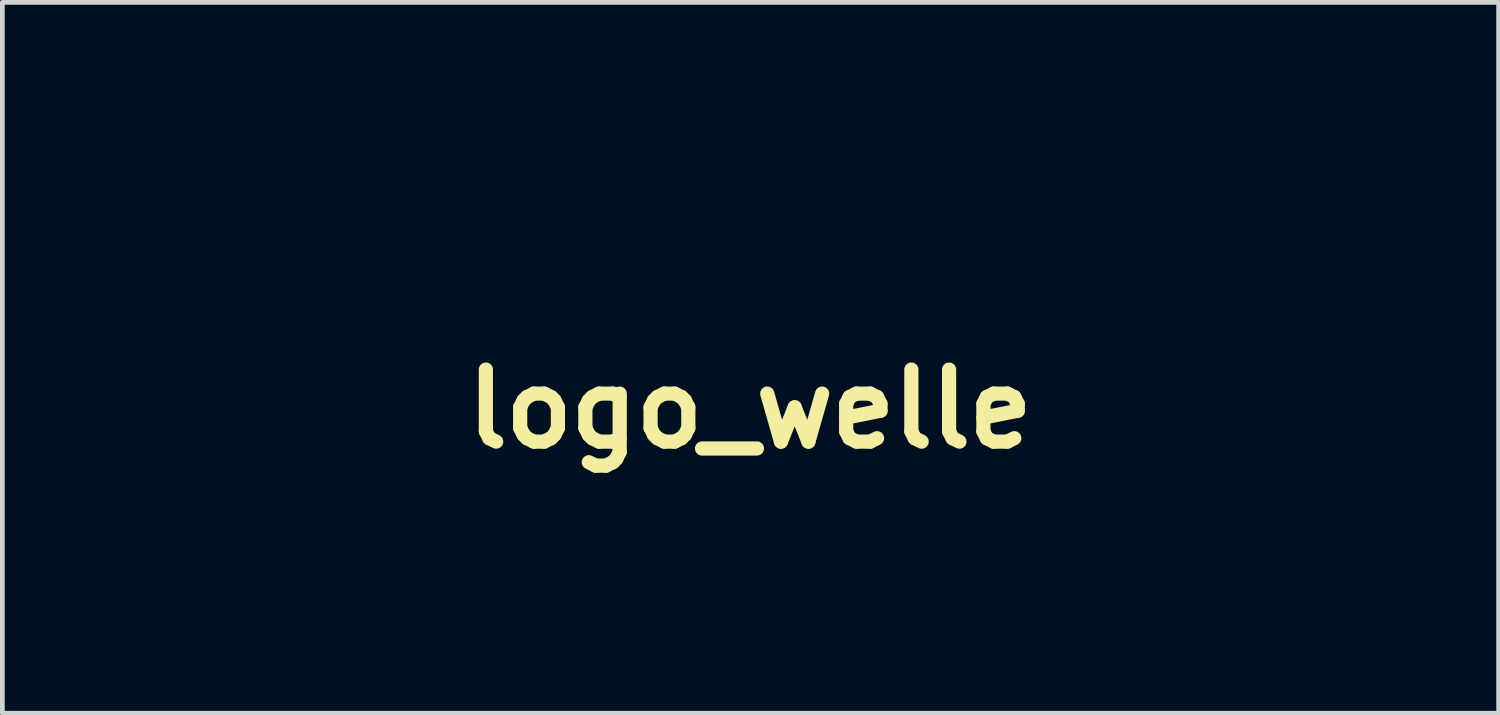
<source format=kicad_pcb>
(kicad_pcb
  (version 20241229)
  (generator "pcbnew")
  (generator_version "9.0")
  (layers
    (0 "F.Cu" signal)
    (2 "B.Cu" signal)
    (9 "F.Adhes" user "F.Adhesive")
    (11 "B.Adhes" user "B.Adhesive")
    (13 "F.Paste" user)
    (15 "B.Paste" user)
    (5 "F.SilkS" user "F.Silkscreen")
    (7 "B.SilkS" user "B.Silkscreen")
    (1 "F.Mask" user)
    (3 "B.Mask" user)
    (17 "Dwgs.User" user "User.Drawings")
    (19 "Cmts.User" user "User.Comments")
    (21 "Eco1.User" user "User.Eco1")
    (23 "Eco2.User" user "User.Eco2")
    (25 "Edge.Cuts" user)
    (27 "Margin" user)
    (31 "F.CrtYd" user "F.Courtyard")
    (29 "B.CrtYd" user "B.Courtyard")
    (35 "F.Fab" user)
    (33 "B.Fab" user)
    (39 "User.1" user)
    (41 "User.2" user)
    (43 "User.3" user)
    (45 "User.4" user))
  (footprint "logo_welle"
    (layer "F.Cu")
    (at 12.814 5.601)
    (property "Reference" "logo_welle" (at 0 0 0) (layer "F.SilkS") (effects (font (size 1.524 1.524) (thickness 0.3))))
    (attr through_hole)
    (fp_poly (pts (xy -12.078 -0.832) (xy -12.084 -0.826) (xy -12.09 -0.832) (xy -12.084 -0.838) (xy -12.078 -0.832)) (stroke (width 0.01) (type solid)) (fill yes) (layer "F.Mask"))
    (fp_poly (pts (xy -12.014 -0.667) (xy -12.021 -0.66) (xy -12.027 -0.667) (xy -12.021 -0.673) (xy -12.014 -0.667)) (stroke (width 0.01) (type solid)) (fill yes) (layer "F.Mask"))
    (fp_poly (pts (xy -11.989 -0.806) (xy -11.995 -0.8) (xy -12.002 -0.806) (xy -11.995 -0.813) (xy -11.989 -0.806)) (stroke (width 0.01) (type solid)) (fill yes) (layer "F.Mask"))
    (fp_poly (pts (xy -10.719 -1.581) (xy -10.725 -1.575) (xy -10.732 -1.581) (xy -10.725 -1.587) (xy -10.719 -1.581)) (stroke (width 0.01) (type solid)) (fill yes) (layer "F.Mask"))
    (fp_poly (pts (xy -7.315 0.019) (xy -7.322 0.025) (xy -7.328 0.019) (xy -7.322 0.013) (xy -7.315 0.019)) (stroke (width 0.01) (type solid)) (fill yes) (layer "F.Mask"))
    (fp_poly (pts (xy -7.01 -1.022) (xy -7.017 -1.016) (xy -7.023 -1.022) (xy -7.017 -1.029) (xy -7.01 -1.022)) (stroke (width 0.01) (type solid)) (fill yes) (layer "F.Mask"))
    (fp_poly (pts (xy -6.21 -0.413) (xy -6.217 -0.406) (xy -6.223 -0.413) (xy -6.217 -0.419) (xy -6.21 -0.413)) (stroke (width 0.01) (type solid)) (fill yes) (layer "F.Mask"))
    (fp_poly (pts (xy -6.185 -0.298) (xy -6.191 -0.292) (xy -6.198 -0.298) (xy -6.191 -0.305) (xy -6.185 -0.298)) (stroke (width 0.01) (type solid)) (fill yes) (layer "F.Mask"))
    (fp_poly (pts (xy -5.296 0.375) (xy -5.302 0.381) (xy -5.309 0.375) (xy -5.302 0.368) (xy -5.296 0.375)) (stroke (width 0.01) (type solid)) (fill yes) (layer "F.Mask"))
    (fp_poly (pts (xy -5.22 -0.705) (xy -5.226 -0.699) (xy -5.232 -0.705) (xy -5.226 -0.711) (xy -5.22 -0.705)) (stroke (width 0.01) (type solid)) (fill yes) (layer "F.Mask"))
    (fp_poly (pts (xy -3.797 -1.327) (xy -3.804 -1.321) (xy -3.81 -1.327) (xy -3.804 -1.333) (xy -3.797 -1.327)) (stroke (width 0.01) (type solid)) (fill yes) (layer "F.Mask"))
    (fp_poly (pts (xy -1.968 -1.264) (xy -1.975 -1.257) (xy -1.981 -1.264) (xy -1.975 -1.27) (xy -1.968 -1.264)) (stroke (width 0.01) (type solid)) (fill yes) (layer "F.Mask"))
    (fp_poly (pts (xy 1.359 -1.162) (xy 1.353 -1.156) (xy 1.346 -1.162) (xy 1.353 -1.168) (xy 1.359 -1.162)) (stroke (width 0.01) (type solid)) (fill yes) (layer "F.Mask"))
    (fp_poly (pts (xy 6.82 -0.603) (xy 6.814 -0.597) (xy 6.807 -0.603) (xy 6.814 -0.61) (xy 6.82 -0.603)) (stroke (width 0.01) (type solid)) (fill yes) (layer "F.Mask"))
    (fp_poly (pts (xy 6.833 -0.476) (xy 6.826 -0.47) (xy 6.82 -0.476) (xy 6.826 -0.483) (xy 6.833 -0.476)) (stroke (width 0.01) (type solid)) (fill yes) (layer "F.Mask"))
    (fp_poly (pts (xy 7.696 -1.975) (xy 7.69 -1.968) (xy 7.684 -1.975) (xy 7.69 -1.981) (xy 7.696 -1.975)) (stroke (width 0.01) (type solid)) (fill yes) (layer "F.Mask"))
    (fp_poly (pts (xy 9.385 -0.629) (xy 9.379 -0.622) (xy 9.373 -0.629) (xy 9.379 -0.635) (xy 9.385 -0.629)) (stroke (width 0.01) (type solid)) (fill yes) (layer "F.Mask"))
    (fp_poly (pts (xy -7.726 -1.228) (xy -7.728 -1.22) (xy -7.734 -1.219) (xy -7.745 -1.224) (xy -7.743 -1.228) (xy -7.728 -1.229) (xy -7.726 -1.228)) (stroke (width 0.01) (type solid)) (fill yes) (layer "F.Mask"))
    (fp_poly (pts (xy -5.872 -0.11) (xy -5.87 -0.095) (xy -5.872 -0.093) (xy -5.879 -0.095) (xy -5.88 -0.102) (xy -5.875 -0.112) (xy -5.872 -0.11)) (stroke (width 0.01) (type solid)) (fill yes) (layer "F.Mask"))
    (fp_poly (pts (xy -4.703 -0.872) (xy -4.702 -0.857) (xy -4.703 -0.855) (xy -4.711 -0.857) (xy -4.712 -0.864) (xy -4.707 -0.874) (xy -4.703 -0.872)) (stroke (width 0.01) (type solid)) (fill yes) (layer "F.Mask"))
    (fp_poly (pts (xy -2.011 -1.063) (xy -2.009 -1.047) (xy -2.011 -1.046) (xy -2.018 -1.047) (xy -2.019 -1.054) (xy -2.015 -1.065) (xy -2.011 -1.063)) (stroke (width 0.01) (type solid)) (fill yes) (layer "F.Mask"))
    (fp_poly (pts (xy -0.652 -0.694) (xy -0.65 -0.679) (xy -0.652 -0.677) (xy -0.659 -0.679) (xy -0.66 -0.686) (xy -0.656 -0.696) (xy -0.652 -0.694)) (stroke (width 0.01) (type solid)) (fill yes) (layer "F.Mask"))
    (fp_poly (pts (xy 0.593 -2.206) (xy 0.594 -2.19) (xy 0.593 -2.189) (xy 0.585 -2.19) (xy 0.584 -2.197) (xy 0.589 -2.208) (xy 0.593 -2.206)) (stroke (width 0.01) (type solid)) (fill yes) (layer "F.Mask"))
    (fp_poly (pts (xy 1.139 -0.783) (xy 1.14 -0.768) (xy 1.139 -0.766) (xy 1.131 -0.768) (xy 1.13 -0.775) (xy 1.135 -0.785) (xy 1.139 -0.783)) (stroke (width 0.01) (type solid)) (fill yes) (layer "F.Mask"))
    (fp_poly (pts (xy 8.822 -0.72) (xy 8.824 -0.705) (xy 8.822 -0.703) (xy 8.815 -0.704) (xy 8.814 -0.711) (xy 8.818 -0.722) (xy 8.822 -0.72)) (stroke (width 0.01) (type solid)) (fill yes) (layer "F.Mask"))
    (fp_poly (pts (xy -7.292 -1.303) (xy -7.278 -1.29) (xy -7.281 -1.283) (xy -7.283 -1.283) (xy -7.293 -1.292) (xy -7.297 -1.297) (xy -7.299 -1.306) (xy -7.292 -1.303)) (stroke (width 0.01) (type solid)) (fill yes) (layer "F.Mask"))
    (fp_poly (pts (xy -7.265 -1.261) (xy -7.26 -1.251) (xy -7.257 -1.234) (xy -7.265 -1.237) (xy -7.271 -1.245) (xy -7.275 -1.262) (xy -7.274 -1.265) (xy -7.265 -1.261)) (stroke (width 0.01) (type solid)) (fill yes) (layer "F.Mask"))
    (fp_poly (pts (xy 4.915 2.469) (xy 4.914 2.546) (xy 4.912 2.601) (xy 4.905 2.634) (xy 4.894 2.65) (xy 4.876 2.651) (xy 4.849 2.638) (xy 4.825 2.623) (xy 4.774 2.583) (xy 4.736 2.539) (xy 4.715 2.496) (xy 4.712 2.477) (xy 4.724 2.43) (xy 4.757 2.388) (xy 4.807 2.354) (xy 4.87 2.333) (xy 4.874 2.333) (xy 4.915 2.325) (xy 4.915 2.469)) (stroke (width 0.01) (type solid)) (fill yes) (layer "F.Mask"))
    (fp_poly (pts (xy 4.543 3.041) (xy 4.571 3.054) (xy 4.576 3.056) (xy 4.66 3.106) (xy 4.721 3.157) (xy 4.76 3.21) (xy 4.775 3.261) (xy 4.767 3.311) (xy 4.734 3.359) (xy 4.733 3.359) (xy 4.695 3.389) (xy 4.652 3.411) (xy 4.641 3.415) (xy 4.6 3.426) (xy 4.574 3.428) (xy 4.558 3.418) (xy 4.549 3.393) (xy 4.544 3.348) (xy 4.542 3.312) (xy 4.538 3.247) (xy 4.532 3.181) (xy 4.527 3.126) (xy 4.526 3.115) (xy 4.523 3.074) (xy 4.524 3.045) (xy 4.527 3.035) (xy 4.543 3.041)) (stroke (width 0.01) (type solid)) (fill yes) (layer "F.Mask"))
    (fp_poly (pts (xy 6.281 -5.587) (xy 6.307 -5.555) (xy 6.333 -5.506) (xy 6.355 -5.448) (xy 6.37 -5.39) (xy 6.375 -5.344) (xy 6.38 -5.293) (xy 6.393 -5.226) (xy 6.412 -5.149) (xy 6.435 -5.072) (xy 6.438 -5.062) (xy 6.452 -5.016) (xy 6.462 -4.975) (xy 6.464 -4.953) (xy 6.466 -4.924) (xy 6.472 -4.879) (xy 6.48 -4.826) (xy 6.483 -4.81) (xy 6.49 -4.759) (xy 6.496 -4.689) (xy 6.501 -4.602) (xy 6.506 -4.506) (xy 6.509 -4.411) (xy 6.511 -4.319) (xy 6.513 -4.226) (xy 6.516 -4.139) (xy 6.518 -4.064) (xy 6.521 -4.006) (xy 6.521 -3.994) (xy 6.524 -3.941) (xy 6.527 -3.871) (xy 6.53 -3.784) (xy 6.533 -3.678) (xy 6.537 -3.552) (xy 6.541 -3.405) (xy 6.545 -3.236) (xy 6.55 -3.043) (xy 6.554 -2.883) (xy 6.56 -2.696) (xy 6.566 -2.534) (xy 6.574 -2.393) (xy 6.583 -2.274) (xy 6.593 -2.174) (xy 6.604 -2.095) (xy 6.612 -2.04) (xy 6.621 -1.973) (xy 6.629 -1.911) (xy 6.637 -1.844) (xy 6.647 -1.769) (xy 6.655 -1.708) (xy 6.662 -1.648) (xy 6.67 -1.575) (xy 6.678 -1.502) (xy 6.68 -1.477) (xy 6.685 -1.421) (xy 6.69 -1.376) (xy 6.695 -1.345) (xy 6.698 -1.336) (xy 6.701 -1.32) (xy 6.705 -1.283) (xy 6.709 -1.23) (xy 6.714 -1.164) (xy 6.718 -1.1) (xy 6.724 -1.019) (xy 6.731 -0.941) (xy 6.738 -0.871) (xy 6.746 -0.816) (xy 6.751 -0.79) (xy 6.783 -0.633) (xy 6.807 -0.488) (xy 6.824 -0.356) (xy 6.831 -0.299) (xy 6.839 -0.252) (xy 6.846 -0.222) (xy 6.852 -0.212) (xy 6.859 -0.225) (xy 6.868 -0.257) (xy 6.877 -0.303) (xy 6.88 -0.327) (xy 6.894 -0.418) (xy 6.905 -0.488) (xy 6.914 -0.54) (xy 6.922 -0.578) (xy 6.93 -0.604) (xy 6.939 -0.624) (xy 6.949 -0.64) (xy 6.962 -0.655) (xy 7.006 -0.689) (xy 7.052 -0.7) (xy 7.098 -0.689) (xy 7.137 -0.658) (xy 7.166 -0.607) (xy 7.167 -0.603) (xy 7.184 -0.567) (xy 7.203 -0.553) (xy 7.206 -0.552) (xy 7.214 -0.555) (xy 7.22 -0.565) (xy 7.224 -0.587) (xy 7.228 -0.623) (xy 7.23 -0.678) (xy 7.233 -0.754) (xy 7.233 -0.756) (xy 7.237 -0.836) (xy 7.242 -0.919) (xy 7.249 -0.995) (xy 7.256 -1.057) (xy 7.259 -1.073) (xy 7.282 -1.243) (xy 7.303 -1.431) (xy 7.319 -1.633) (xy 7.329 -1.803) (xy 7.339 -1.969) (xy 7.351 -2.112) (xy 7.366 -2.23) (xy 7.383 -2.325) (xy 7.402 -2.394) (xy 7.423 -2.439) (xy 7.464 -2.481) (xy 7.509 -2.498) (xy 7.559 -2.49) (xy 7.584 -2.474) (xy 7.605 -2.44) (xy 7.62 -2.404) (xy 7.63 -2.375) (xy 7.638 -2.342) (xy 7.646 -2.301) (xy 7.653 -2.25) (xy 7.659 -2.187) (xy 7.665 -2.109) (xy 7.67 -2.013) (xy 7.676 -1.897) (xy 7.683 -1.759) (xy 7.683 -1.754) (xy 7.688 -1.661) (xy 7.693 -1.568) (xy 7.698 -1.479) (xy 7.703 -1.403) (xy 7.707 -1.344) (xy 7.708 -1.335) (xy 7.714 -1.267) (xy 7.719 -1.184) (xy 7.724 -1.098) (xy 7.728 -1.029) (xy 7.735 -0.888) (xy 7.743 -0.763) (xy 7.753 -0.654) (xy 7.763 -0.565) (xy 7.774 -0.495) (xy 7.785 -0.447) (xy 7.797 -0.422) (xy 7.803 -0.419) (xy 7.812 -0.431) (xy 7.821 -0.464) (xy 7.83 -0.512) (xy 7.838 -0.572) (xy 7.844 -0.638) (xy 7.848 -0.706) (xy 7.849 -0.755) (xy 7.852 -0.827) (xy 7.86 -0.913) (xy 7.872 -1.004) (xy 7.886 -1.09) (xy 7.902 -1.162) (xy 7.906 -1.175) (xy 7.916 -1.22) (xy 7.924 -1.278) (xy 7.93 -1.337) (xy 7.931 -1.34) (xy 7.934 -1.392) (xy 7.939 -1.461) (xy 7.944 -1.538) (xy 7.949 -1.615) (xy 7.95 -1.623) (xy 7.959 -1.728) (xy 7.97 -1.824) (xy 7.984 -1.906) (xy 7.999 -1.972) (xy 8.014 -2.017) (xy 8.02 -2.028) (xy 8.034 -2.063) (xy 8.047 -2.122) (xy 8.057 -2.201) (xy 8.065 -2.3) (xy 8.071 -2.415) (xy 8.072 -2.457) (xy 8.077 -2.599) (xy 8.084 -2.735) (xy 8.093 -2.864) (xy 8.104 -2.982) (xy 8.117 -3.086) (xy 8.13 -3.173) (xy 8.145 -3.24) (xy 8.154 -3.27) (xy 8.182 -3.329) (xy 8.214 -3.365) (xy 8.252 -3.381) (xy 8.268 -3.382) (xy 8.303 -3.38) (xy 8.33 -3.372) (xy 8.351 -3.355) (xy 8.368 -3.326) (xy 8.382 -3.281) (xy 8.396 -3.218) (xy 8.411 -3.133) (xy 8.414 -3.118) (xy 8.424 -3.059) (xy 8.434 -3.006) (xy 8.443 -2.966) (xy 8.446 -2.952) (xy 8.452 -2.924) (xy 8.459 -2.877) (xy 8.466 -2.819) (xy 8.471 -2.768) (xy 8.477 -2.697) (xy 8.484 -2.624) (xy 8.491 -2.56) (xy 8.495 -2.527) (xy 8.497 -2.496) (xy 8.5 -2.442) (xy 8.504 -2.369) (xy 8.507 -2.278) (xy 8.51 -2.174) (xy 8.514 -2.058) (xy 8.517 -1.933) (xy 8.52 -1.802) (xy 8.521 -1.759) (xy 8.526 -1.563) (xy 8.531 -1.377) (xy 8.537 -1.201) (xy 8.544 -1.039) (xy 8.551 -0.891) (xy 8.558 -0.76) (xy 8.565 -0.648) (xy 8.573 -0.556) (xy 8.581 -0.487) (xy 8.586 -0.452) (xy 8.594 -0.401) (xy 8.598 -0.348) (xy 8.598 -0.334) (xy 8.6 -0.299) (xy 8.606 -0.284) (xy 8.62 -0.282) (xy 8.636 -0.295) (xy 8.657 -0.323) (xy 8.679 -0.36) (xy 8.698 -0.399) (xy 8.71 -0.431) (xy 8.712 -0.443) (xy 8.719 -0.464) (xy 8.736 -0.493) (xy 8.738 -0.495) (xy 8.767 -0.544) (xy 8.798 -0.609) (xy 8.827 -0.681) (xy 8.85 -0.751) (xy 8.86 -0.787) (xy 8.869 -0.835) (xy 8.878 -0.899) (xy 8.886 -0.969) (xy 8.89 -1.016) (xy 8.899 -1.119) (xy 8.909 -1.202) (xy 8.921 -1.27) (xy 8.936 -1.33) (xy 8.956 -1.385) (xy 8.983 -1.442) (xy 9.018 -1.505) (xy 9.028 -1.524) (xy 9.039 -1.547) (xy 9.053 -1.583) (xy 9.061 -1.607) (xy 9.078 -1.653) (xy 9.093 -1.696) (xy 9.099 -1.712) (xy 9.119 -1.75) (xy 9.15 -1.789) (xy 9.184 -1.82) (xy 9.215 -1.839) (xy 9.227 -1.841) (xy 9.253 -1.833) (xy 9.282 -1.811) (xy 9.287 -1.807) (xy 9.302 -1.787) (xy 9.315 -1.761) (xy 9.326 -1.725) (xy 9.337 -1.672) (xy 9.347 -1.62) (xy 9.357 -1.561) (xy 9.367 -1.512) (xy 9.375 -1.477) (xy 9.38 -1.462) (xy 9.38 -1.462) (xy 9.394 -1.462) (xy 9.411 -1.471) (xy 9.441 -1.483) (xy 9.458 -1.486) (xy 9.491 -1.475) (xy 9.526 -1.447) (xy 9.557 -1.408) (xy 9.571 -1.377) (xy 9.581 -1.346) (xy 9.593 -1.293) (xy 9.608 -1.226) (xy 9.623 -1.148) (xy 9.639 -1.063) (xy 9.655 -0.978) (xy 9.665 -0.914) (xy 9.674 -0.864) (xy 9.684 -0.814) (xy 9.688 -0.794) (xy 9.699 -0.749) (xy 9.708 -0.706) (xy 9.709 -0.702) (xy 9.724 -0.669) (xy 9.743 -0.653) (xy 9.771 -0.656) (xy 9.804 -0.673) (xy 9.834 -0.699) (xy 9.853 -0.727) (xy 9.855 -0.74) (xy 9.865 -0.766) (xy 9.891 -0.799) (xy 9.926 -0.832) (xy 9.963 -0.859) (xy 9.997 -0.875) (xy 10.008 -0.876) (xy 10.047 -0.865) (xy 10.085 -0.834) (xy 10.118 -0.788) (xy 10.142 -0.735) (xy 10.15 -0.699) (xy 10.16 -0.673) (xy 10.178 -0.663) (xy 10.195 -0.671) (xy 10.201 -0.683) (xy 10.217 -0.705) (xy 10.248 -0.728) (xy 10.285 -0.744) (xy 10.314 -0.749) (xy 10.337 -0.755) (xy 10.343 -0.76) (xy 10.346 -0.776) (xy 10.35 -0.813) (xy 10.354 -0.867) (xy 10.359 -0.933) (xy 10.363 -1.004) (xy 10.375 -1.177) (xy 10.391 -1.325) (xy 10.409 -1.45) (xy 10.432 -1.551) (xy 10.458 -1.63) (xy 10.488 -1.688) (xy 10.522 -1.724) (xy 10.561 -1.739) (xy 10.573 -1.74) (xy 10.613 -1.728) (xy 10.651 -1.698) (xy 10.682 -1.654) (xy 10.702 -1.604) (xy 10.706 -1.568) (xy 10.712 -1.544) (xy 10.723 -1.537) (xy 10.744 -1.527) (xy 10.77 -1.504) (xy 10.794 -1.476) (xy 10.807 -1.452) (xy 10.808 -1.446) (xy 10.816 -1.421) (xy 10.822 -1.413) (xy 10.83 -1.393) (xy 10.836 -1.357) (xy 10.838 -1.328) (xy 10.84 -1.286) (xy 10.846 -1.265) (xy 10.858 -1.257) (xy 10.861 -1.257) (xy 10.881 -1.264) (xy 10.886 -1.271) (xy 10.902 -1.284) (xy 10.935 -1.291) (xy 10.975 -1.293) (xy 11.013 -1.288) (xy 11.042 -1.278) (xy 11.079 -1.24) (xy 11.109 -1.184) (xy 11.13 -1.115) (xy 11.137 -1.067) (xy 11.143 -1.019) (xy 11.151 -0.993) (xy 11.162 -0.984) (xy 11.163 -0.984) (xy 11.178 -0.995) (xy 11.188 -1.029) (xy 11.19 -1.041) (xy 11.207 -1.118) (xy 11.236 -1.178) (xy 11.274 -1.219) (xy 11.32 -1.24) (xy 11.371 -1.239) (xy 11.403 -1.227) (xy 11.417 -1.217) (xy 11.431 -1.2) (xy 11.445 -1.174) (xy 11.461 -1.133) (xy 11.482 -1.075) (xy 11.499 -1.023) (xy 11.521 -0.958) (xy 11.541 -0.903) (xy 11.558 -0.86) (xy 11.57 -0.835) (xy 11.573 -0.83) (xy 11.588 -0.833) (xy 11.612 -0.852) (xy 11.623 -0.862) (xy 11.654 -0.889) (xy 11.687 -0.907) (xy 11.694 -0.909) (xy 11.726 -0.916) (xy 11.745 -0.922) (xy 11.756 -0.92) (xy 11.754 -0.915) (xy 11.76 -0.903) (xy 11.782 -0.887) (xy 11.791 -0.882) (xy 11.826 -0.86) (xy 11.853 -0.833) (xy 11.855 -0.831) (xy 11.885 -0.805) (xy 11.912 -0.8) (xy 11.927 -0.801) (xy 11.939 -0.807) (xy 11.949 -0.821) (xy 11.958 -0.848) (xy 11.97 -0.893) (xy 11.981 -0.94) (xy 11.997 -1.002) (xy 12.015 -1.059) (xy 12.031 -1.105) (xy 12.041 -1.127) (xy 12.085 -1.206) (xy 12.122 -1.264) (xy 12.153 -1.304) (xy 12.182 -1.329) (xy 12.212 -1.342) (xy 12.244 -1.346) (xy 12.244 -1.346) (xy 12.278 -1.343) (xy 12.306 -1.331) (xy 12.336 -1.304) (xy 12.345 -1.295) (xy 12.374 -1.262) (xy 12.395 -1.232) (xy 12.402 -1.219) (xy 12.415 -1.194) (xy 12.438 -1.162) (xy 12.444 -1.156) (xy 12.508 -1.082) (xy 12.555 -1.02) (xy 12.578 -0.981) (xy 12.612 -0.922) (xy 12.651 -0.867) (xy 12.681 -0.831) (xy 12.741 -0.766) (xy 12.784 -0.713) (xy 12.81 -0.673) (xy 12.811 -0.669) (xy 12.826 -0.613) (xy 12.827 -0.549) (xy 12.815 -0.485) (xy 12.793 -0.427) (xy 12.761 -0.382) (xy 12.734 -0.362) (xy 12.675 -0.344) (xy 12.617 -0.352) (xy 12.58 -0.371) (xy 12.552 -0.395) (xy 12.52 -0.431) (xy 12.491 -0.47) (xy 12.469 -0.506) (xy 12.459 -0.532) (xy 12.459 -0.534) (xy 12.452 -0.558) (xy 12.435 -0.595) (xy 12.413 -0.638) (xy 12.388 -0.678) (xy 12.366 -0.709) (xy 12.363 -0.712) (xy 12.342 -0.737) (xy 12.332 -0.756) (xy 12.332 -0.757) (xy 12.323 -0.774) (xy 12.303 -0.798) (xy 12.301 -0.799) (xy 12.268 -0.821) (xy 12.241 -0.819) (xy 12.221 -0.794) (xy 12.209 -0.746) (xy 12.205 -0.68) (xy 12.202 -0.644) (xy 12.195 -0.591) (xy 12.184 -0.532) (xy 12.179 -0.507) (xy 12.152 -0.387) (xy 12.125 -0.29) (xy 12.098 -0.216) (xy 12.07 -0.162) (xy 12.04 -0.127) (xy 12.007 -0.109) (xy 11.97 -0.107) (xy 11.96 -0.109) (xy 11.906 -0.13) (xy 11.865 -0.164) (xy 11.844 -0.207) (xy 11.844 -0.209) (xy 11.831 -0.244) (xy 11.811 -0.276) (xy 11.787 -0.297) (xy 11.769 -0.301) (xy 11.755 -0.286) (xy 11.75 -0.269) (xy 11.734 -0.235) (xy 11.702 -0.213) (xy 11.66 -0.205) (xy 11.615 -0.211) (xy 11.572 -0.23) (xy 11.539 -0.26) (xy 11.514 -0.296) (xy 11.494 -0.33) (xy 11.492 -0.335) (xy 11.475 -0.359) (xy 11.458 -0.368) (xy 11.436 -0.375) (xy 11.407 -0.392) (xy 11.403 -0.395) (xy 11.379 -0.41) (xy 11.368 -0.411) (xy 11.367 -0.401) (xy 11.362 -0.371) (xy 11.349 -0.328) (xy 11.332 -0.28) (xy 11.314 -0.236) (xy 11.297 -0.205) (xy 11.292 -0.199) (xy 11.265 -0.176) (xy 11.231 -0.154) (xy 11.2 -0.141) (xy 11.19 -0.14) (xy 11.176 -0.148) (xy 11.149 -0.171) (xy 11.112 -0.206) (xy 11.075 -0.242) (xy 11.031 -0.288) (xy 10.998 -0.326) (xy 10.976 -0.361) (xy 10.96 -0.401) (xy 10.949 -0.45) (xy 10.94 -0.514) (xy 10.933 -0.575) (xy 10.926 -0.63) (xy 10.918 -0.675) (xy 10.911 -0.703) (xy 10.906 -0.711) (xy 10.89 -0.702) (xy 10.87 -0.68) (xy 10.869 -0.679) (xy 10.834 -0.653) (xy 10.808 -0.648) (xy 10.762 -0.653) (xy 10.726 -0.671) (xy 10.695 -0.705) (xy 10.67 -0.748) (xy 10.647 -0.787) (xy 10.628 -0.814) (xy 10.617 -0.825) (xy 10.616 -0.826) (xy 10.61 -0.814) (xy 10.606 -0.784) (xy 10.604 -0.752) (xy 10.596 -0.674) (xy 10.579 -0.629) (xy 10.563 -0.591) (xy 10.554 -0.556) (xy 10.554 -0.549) (xy 10.549 -0.52) (xy 10.537 -0.48) (xy 10.527 -0.453) (xy 10.51 -0.411) (xy 10.496 -0.376) (xy 10.49 -0.361) (xy 10.475 -0.337) (xy 10.447 -0.308) (xy 10.434 -0.298) (xy 10.399 -0.269) (xy 10.355 -0.232) (xy 10.325 -0.206) (xy 10.286 -0.176) (xy 10.256 -0.16) (xy 10.225 -0.153) (xy 10.201 -0.152) (xy 10.15 -0.159) (xy 10.103 -0.176) (xy 10.066 -0.201) (xy 10.05 -0.222) (xy 10.042 -0.231) (xy 10.026 -0.226) (xy 9.997 -0.206) (xy 9.945 -0.17) (xy 9.908 -0.15) (xy 9.884 -0.145) (xy 9.878 -0.146) (xy 9.862 -0.141) (xy 9.834 -0.12) (xy 9.801 -0.089) (xy 9.794 -0.083) (xy 9.759 -0.049) (xy 9.727 -0.024) (xy 9.706 -0.013) (xy 9.704 -0.013) (xy 9.679 -0.02) (xy 9.646 -0.036) (xy 9.638 -0.042) (xy 9.619 -0.056) (xy 9.604 -0.072) (xy 9.592 -0.094) (xy 9.579 -0.127) (xy 9.566 -0.174) (xy 9.55 -0.24) (xy 9.54 -0.282) (xy 9.526 -0.337) (xy 9.511 -0.388) (xy 9.499 -0.426) (xy 9.495 -0.434) (xy 9.482 -0.465) (xy 9.469 -0.501) (xy 9.454 -0.55) (xy 9.439 -0.603) (xy 9.423 -0.633) (xy 9.403 -0.645) (xy 9.378 -0.658) (xy 9.352 -0.681) (xy 9.326 -0.705) (xy 9.302 -0.716) (xy 9.282 -0.724) (xy 9.28 -0.73) (xy 9.284 -0.73) (xy 9.29 -0.724) (xy 9.296 -0.73) (xy 9.29 -0.737) (xy 9.284 -0.73) (xy 9.28 -0.73) (xy 9.279 -0.731) (xy 9.275 -0.749) (xy 9.262 -0.779) (xy 9.255 -0.794) (xy 9.238 -0.839) (xy 9.225 -0.9) (xy 9.22 -0.943) (xy 9.214 -1) (xy 9.207 -1.035) (xy 9.198 -1.051) (xy 9.185 -1.053) (xy 9.172 -1.046) (xy 9.16 -1.031) (xy 9.154 -1.004) (xy 9.153 -0.958) (xy 9.152 -0.897) (xy 9.146 -0.825) (xy 9.137 -0.747) (xy 9.124 -0.67) (xy 9.11 -0.599) (xy 9.095 -0.54) (xy 9.081 -0.499) (xy 9.075 -0.489) (xy 9.064 -0.465) (xy 9.049 -0.424) (xy 9.033 -0.376) (xy 9.032 -0.372) (xy 9.017 -0.327) (xy 9.003 -0.292) (xy 8.992 -0.274) (xy 8.991 -0.273) (xy 8.981 -0.255) (xy 8.979 -0.243) (xy 8.972 -0.222) (xy 8.955 -0.187) (xy 8.93 -0.144) (xy 8.919 -0.126) (xy 8.858 -0.032) (xy 8.85 0.184) (xy 8.846 0.277) (xy 8.841 0.382) (xy 8.835 0.488) (xy 8.829 0.582) (xy 8.828 0.603) (xy 8.823 0.688) (xy 8.817 0.789) (xy 8.813 0.895) (xy 8.81 0.996) (xy 8.808 1.045) (xy 8.806 1.141) (xy 8.802 1.217) (xy 8.797 1.281) (xy 8.789 1.338) (xy 8.778 1.394) (xy 8.763 1.456) (xy 8.762 1.462) (xy 8.738 1.521) (xy 8.703 1.559) (xy 8.662 1.575) (xy 8.619 1.571) (xy 8.576 1.545) (xy 8.538 1.498) (xy 8.523 1.468) (xy 8.514 1.433) (xy 8.505 1.374) (xy 8.495 1.29) (xy 8.486 1.181) (xy 8.477 1.046) (xy 8.472 0.965) (xy 8.463 0.855) (xy 8.451 0.764) (xy 8.435 0.687) (xy 8.412 0.617) (xy 8.407 0.603) (xy 8.395 0.56) (xy 8.384 0.495) (xy 8.373 0.411) (xy 8.364 0.312) (xy 8.357 0.201) (xy 8.352 0.081) (xy 8.35 0.025) (xy 8.342 -0.208) (xy 8.327 -0.43) (xy 8.307 -0.655) (xy 8.303 -0.686) (xy 8.29 -0.822) (xy 8.279 -0.954) (xy 8.271 -1.088) (xy 8.264 -1.232) (xy 8.26 -1.387) (xy 8.257 -1.488) (xy 8.253 -1.564) (xy 8.25 -1.619) (xy 8.246 -1.655) (xy 8.241 -1.673) (xy 8.237 -1.676) (xy 8.231 -1.667) (xy 8.225 -1.639) (xy 8.219 -1.591) (xy 8.213 -1.52) (xy 8.207 -1.432) (xy 8.201 -1.333) (xy 8.194 -1.255) (xy 8.186 -1.195) (xy 8.177 -1.148) (xy 8.167 -1.113) (xy 8.156 -1.072) (xy 8.144 -1.016) (xy 8.132 -0.95) (xy 8.121 -0.877) (xy 8.111 -0.805) (xy 8.104 -0.737) (xy 8.099 -0.68) (xy 8.098 -0.638) (xy 8.101 -0.619) (xy 8.103 -0.595) (xy 8.104 -0.551) (xy 8.102 -0.491) (xy 8.099 -0.419) (xy 8.094 -0.342) (xy 8.088 -0.262) (xy 8.081 -0.185) (xy 8.074 -0.116) (xy 8.066 -0.059) (xy 8.06 -0.022) (xy 8.045 0.03) (xy 8.024 0.093) (xy 7.999 0.157) (xy 7.991 0.175) (xy 7.967 0.232) (xy 7.948 0.288) (xy 7.935 0.335) (xy 7.932 0.349) (xy 7.913 0.417) (xy 7.88 0.474) (xy 7.836 0.515) (xy 7.821 0.524) (xy 7.783 0.537) (xy 7.75 0.538) (xy 7.721 0.525) (xy 7.695 0.497) (xy 7.672 0.452) (xy 7.652 0.389) (xy 7.633 0.306) (xy 7.615 0.202) (xy 7.598 0.075) (xy 7.583 -0.057) (xy 7.575 -0.117) (xy 7.563 -0.182) (xy 7.55 -0.247) (xy 7.536 -0.306) (xy 7.522 -0.356) (xy 7.509 -0.391) (xy 7.499 -0.406) (xy 7.498 -0.406) (xy 7.491 -0.399) (xy 7.487 -0.376) (xy 7.484 -0.335) (xy 7.482 -0.272) (xy 7.481 -0.213) (xy 7.48 -0.107) (xy 7.476 -0.000447) (xy 7.471 0.101) (xy 7.464 0.194) (xy 7.456 0.273) (xy 7.448 0.333) (xy 7.443 0.356) (xy 7.433 0.403) (xy 7.425 0.449) (xy 7.423 0.459) (xy 7.407 0.503) (xy 7.377 0.55) (xy 7.337 0.592) (xy 7.296 0.621) (xy 7.271 0.629) (xy 7.221 0.627) (xy 7.179 0.602) (xy 7.146 0.555) (xy 7.141 0.543) (xy 7.127 0.514) (xy 7.113 0.499) (xy 7.11 0.498) (xy 7.105 0.512) (xy 7.1 0.546) (xy 7.095 0.595) (xy 7.092 0.656) (xy 7.092 0.666) (xy 7.088 0.729) (xy 7.084 0.785) (xy 7.079 0.828) (xy 7.074 0.851) (xy 7.073 0.852) (xy 7.066 0.878) (xy 7.062 0.917) (xy 7.061 0.932) (xy 7.059 0.968) (xy 7.052 0.992) (xy 7.048 0.997) (xy 7.038 1.015) (xy 7.036 1.03) (xy 7.027 1.058) (xy 7.001 1.102) (xy 6.96 1.157) (xy 6.934 1.189) (xy 6.88 1.24) (xy 6.827 1.266) (xy 6.777 1.268) (xy 6.732 1.246) (xy 6.695 1.202) (xy 6.667 1.135) (xy 6.662 1.115) (xy 6.652 1.06) (xy 6.642 0.98) (xy 6.632 0.877) (xy 6.622 0.749) (xy 6.611 0.597) (xy 6.6 0.42) (xy 6.588 0.219) (xy 6.577 -0.008) (xy 6.568 -0.184) (xy 6.563 -0.282) (xy 6.558 -0.36) (xy 6.551 -0.424) (xy 6.543 -0.48) (xy 6.532 -0.532) (xy 6.522 -0.57) (xy 6.509 -0.626) (xy 6.499 -0.673) (xy 6.494 -0.705) (xy 6.494 -0.717) (xy 6.495 -0.738) (xy 6.491 -0.773) (xy 6.488 -0.788) (xy 6.483 -0.82) (xy 6.476 -0.872) (xy 6.467 -0.941) (xy 6.457 -1.022) (xy 6.447 -1.111) (xy 6.437 -1.203) (xy 6.427 -1.293) (xy 6.419 -1.378) (xy 6.414 -1.429) (xy 6.407 -1.494) (xy 6.399 -1.564) (xy 6.39 -1.623) (xy 6.389 -1.632) (xy 6.383 -1.677) (xy 6.376 -1.74) (xy 6.369 -1.814) (xy 6.363 -1.892) (xy 6.361 -1.918) (xy 6.351 -2.064) (xy 6.342 -2.187) (xy 6.334 -2.289) (xy 6.327 -2.37) (xy 6.321 -2.433) (xy 6.315 -2.48) (xy 6.309 -2.512) (xy 6.303 -2.531) (xy 6.297 -2.54) (xy 6.29 -2.539) (xy 6.282 -2.53) (xy 6.278 -2.524) (xy 6.276 -2.509) (xy 6.274 -2.47) (xy 6.272 -2.411) (xy 6.271 -2.335) (xy 6.269 -2.244) (xy 6.268 -2.14) (xy 6.267 -2.026) (xy 6.267 -1.911) (xy 6.266 -1.754) (xy 6.265 -1.589) (xy 6.264 -1.418) (xy 6.262 -1.242) (xy 6.26 -1.064) (xy 6.258 -0.885) (xy 6.255 -0.708) (xy 6.253 -0.534) (xy 6.25 -0.365) (xy 6.247 -0.204) (xy 6.244 -0.052) (xy 6.241 0.088) (xy 6.238 0.216) (xy 6.235 0.328) (xy 6.232 0.424) (xy 6.23 0.5) (xy 6.227 0.556) (xy 6.224 0.588) (xy 6.224 0.593) (xy 6.218 0.635) (xy 6.214 0.694) (xy 6.211 0.762) (xy 6.21 0.822) (xy 6.209 0.91) (xy 6.204 0.994) (xy 6.196 1.069) (xy 6.186 1.131) (xy 6.175 1.174) (xy 6.171 1.184) (xy 6.153 1.209) (xy 6.129 1.235) (xy 6.12 1.245) (xy 6.113 1.257) (xy 6.108 1.273) (xy 6.104 1.297) (xy 6.1 1.332) (xy 6.098 1.382) (xy 6.095 1.449) (xy 6.093 1.537) (xy 6.092 1.582) (xy 6.089 1.671) (xy 6.086 1.753) (xy 6.083 1.825) (xy 6.08 1.881) (xy 6.077 1.92) (xy 6.075 1.934) (xy 6.069 1.953) (xy 6.058 1.964) (xy 6.034 1.968) (xy 5.993 1.968) (xy 5.951 1.969) (xy 5.928 1.974) (xy 5.917 1.984) (xy 5.913 1.997) (xy 5.909 2.017) (xy 5.902 2.059) (xy 5.892 2.117) (xy 5.879 2.19) (xy 5.865 2.272) (xy 5.855 2.337) (xy 5.838 2.432) (xy 5.821 2.529) (xy 5.805 2.62) (xy 5.789 2.7) (xy 5.777 2.764) (xy 5.772 2.788) (xy 5.741 2.927) (xy 5.748 2.832) (xy 5.751 2.764) (xy 5.754 2.687) (xy 5.754 2.606) (xy 5.754 2.525) (xy 5.752 2.45) (xy 5.749 2.386) (xy 5.745 2.338) (xy 5.741 2.311) (xy 5.733 2.279) (xy 5.725 2.229) (xy 5.718 2.172) (xy 5.715 2.146) (xy 5.709 2.088) (xy 5.7 2.009) (xy 5.688 1.915) (xy 5.675 1.809) (xy 5.66 1.698) (xy 5.644 1.585) (xy 5.629 1.476) (xy 5.62 1.416) (xy 5.612 1.356) (xy 5.604 1.279) (xy 5.596 1.194) (xy 5.59 1.111) (xy 5.588 1.09) (xy 5.582 1.013) (xy 5.575 0.938) (xy 5.567 0.871) (xy 5.559 0.82) (xy 5.556 0.806) (xy 5.546 0.749) (xy 5.539 0.668) (xy 5.534 0.563) (xy 5.532 0.459) (xy 5.529 0.374) (xy 5.526 0.292) (xy 5.522 0.218) (xy 5.518 0.158) (xy 5.514 0.117) (xy 5.513 0.114) (xy 5.509 0.08) (xy 5.505 0.025) (xy 5.5 -0.048) (xy 5.496 -0.133) (xy 5.491 -0.228) (xy 5.487 -0.328) (xy 5.486 -0.348) (xy 5.483 -0.444) (xy 5.479 -0.531) (xy 5.476 -0.608) (xy 5.472 -0.669) (xy 5.469 -0.713) (xy 5.467 -0.736) (xy 5.467 -0.738) (xy 5.463 -0.754) (xy 5.459 -0.79) (xy 5.454 -0.842) (xy 5.448 -0.904) (xy 5.447 -0.923) (xy 5.439 -1.032) (xy 5.432 -1.118) (xy 5.427 -1.184) (xy 5.422 -1.234) (xy 5.417 -1.27) (xy 5.412 -1.294) (xy 5.406 -1.311) (xy 5.398 -1.322) (xy 5.388 -1.331) (xy 5.376 -1.341) (xy 5.371 -1.345) (xy 5.336 -1.383) (xy 5.309 -1.428) (xy 5.305 -1.438) (xy 5.289 -1.493) (xy 5.276 -1.568) (xy 5.266 -1.655) (xy 5.259 -1.748) (xy 5.258 -1.824) (xy 5.257 -1.881) (xy 5.254 -1.918) (xy 5.248 -1.938) (xy 5.239 -1.948) (xy 5.238 -1.948) (xy 5.21 -1.955) (xy 5.184 -1.949) (xy 5.154 -1.928) (xy 5.13 -1.907) (xy 5.093 -1.867) (xy 5.073 -1.826) (xy 5.067 -1.802) (xy 5.065 -1.777) (xy 5.061 -1.73) (xy 5.058 -1.663) (xy 5.054 -1.581) (xy 5.05 -1.486) (xy 5.046 -1.382) (xy 5.043 -1.271) (xy 5.042 -1.257) (xy 5.038 -1.122) (xy 5.034 -0.973) (xy 5.029 -0.816) (xy 5.025 -0.66) (xy 5.02 -0.511) (xy 5.016 -0.376) (xy 5.015 -0.324) (xy 5.011 -0.2) (xy 5.007 -0.067) (xy 5.003 0.068) (xy 4.999 0.2) (xy 4.995 0.321) (xy 4.992 0.425) (xy 4.992 0.451) (xy 4.988 0.556) (xy 4.984 0.668) (xy 4.98 0.779) (xy 4.975 0.882) (xy 4.97 0.97) (xy 4.968 1.003) (xy 4.962 1.096) (xy 4.957 1.182) (xy 4.953 1.268) (xy 4.948 1.358) (xy 4.944 1.458) (xy 4.939 1.573) (xy 4.933 1.707) (xy 4.933 1.724) (xy 4.924 1.93) (xy 4.866 1.931) (xy 4.762 1.941) (xy 4.642 1.971) (xy 4.507 2.02) (xy 4.462 2.04) (xy 4.453 2.036) (xy 4.444 2.014) (xy 4.437 1.974) (xy 4.43 1.914) (xy 4.423 1.833) (xy 4.417 1.73) (xy 4.412 1.603) (xy 4.408 1.492) (xy 4.404 1.384) (xy 4.4 1.276) (xy 4.396 1.171) (xy 4.392 1.076) (xy 4.389 0.995) (xy 4.386 0.934) (xy 4.386 0.927) (xy 4.384 0.893) (xy 4.382 0.862) (xy 4.381 0.832) (xy 4.38 0.803) (xy 4.379 0.771) (xy 4.378 0.736) (xy 4.377 0.694) (xy 4.376 0.645) (xy 4.375 0.586) (xy 4.374 0.515) (xy 4.372 0.431) (xy 4.371 0.331) (xy 4.369 0.213) (xy 4.368 0.076) (xy 4.366 -0.082) (xy 4.363 -0.263) (xy 4.363 -0.292) (xy 4.361 -0.475) (xy 4.358 -0.633) (xy 4.356 -0.767) (xy 4.353 -0.878) (xy 4.35 -0.968) (xy 4.347 -1.036) (xy 4.345 -1.083) (xy 4.341 -1.111) (xy 4.339 -1.121) (xy 4.318 -1.129) (xy 4.302 -1.122) (xy 4.289 -1.098) (xy 4.28 -1.056) (xy 4.273 -0.994) (xy 4.27 -0.91) (xy 4.268 -0.813) (xy 4.267 -0.715) (xy 4.263 -0.604) (xy 4.257 -0.491) (xy 4.25 -0.388) (xy 4.247 -0.349) (xy 4.24 -0.263) (xy 4.232 -0.175) (xy 4.225 -0.091) (xy 4.219 -0.021) (xy 4.216 0.013) (xy 4.206 0.137) (xy 4.197 0.238) (xy 4.19 0.319) (xy 4.184 0.384) (xy 4.178 0.434) (xy 4.173 0.472) (xy 4.168 0.501) (xy 4.162 0.524) (xy 4.156 0.543) (xy 4.149 0.562) (xy 4.143 0.576) (xy 4.11 0.624) (xy 4.075 0.649) (xy 4.028 0.668) (xy 3.991 0.67) (xy 3.957 0.652) (xy 3.933 0.63) (xy 3.913 0.609) (xy 3.9 0.589) (xy 3.892 0.565) (xy 3.887 0.529) (xy 3.882 0.475) (xy 3.881 0.462) (xy 3.877 0.399) (xy 3.872 0.338) (xy 3.867 0.289) (xy 3.866 0.273) (xy 3.861 0.221) (xy 3.856 0.147) (xy 3.85 0.057) (xy 3.843 -0.046) (xy 3.836 -0.158) (xy 3.83 -0.274) (xy 3.824 -0.39) (xy 3.818 -0.503) (xy 3.813 -0.607) (xy 3.81 -0.699) (xy 3.81 -0.705) (xy 3.806 -0.795) (xy 3.803 -0.904) (xy 3.798 -1.026) (xy 3.794 -1.153) (xy 3.79 -1.28) (xy 3.786 -1.4) (xy 3.785 -1.416) (xy 3.781 -1.537) (xy 3.777 -1.635) (xy 3.774 -1.713) (xy 3.771 -1.771) (xy 3.767 -1.814) (xy 3.764 -1.842) (xy 3.76 -1.858) (xy 3.756 -1.864) (xy 3.751 -1.863) (xy 3.749 -1.861) (xy 3.746 -1.853) (xy 3.743 -1.834) (xy 3.74 -1.801) (xy 3.736 -1.754) (xy 3.732 -1.691) (xy 3.728 -1.609) (xy 3.723 -1.508) (xy 3.717 -1.385) (xy 3.71 -1.239) (xy 3.708 -1.2) (xy 3.704 -1.111) (xy 3.7 -1.026) (xy 3.696 -0.951) (xy 3.693 -0.889) (xy 3.69 -0.846) (xy 3.689 -0.832) (xy 3.687 -0.802) (xy 3.684 -0.751) (xy 3.681 -0.681) (xy 3.677 -0.598) (xy 3.673 -0.505) (xy 3.669 -0.405) (xy 3.665 -0.303) (xy 3.662 -0.202) (xy 3.659 -0.107) (xy 3.656 -0.02) (xy 3.654 0.054) (xy 3.653 0.089) (xy 3.65 0.215) (xy 3.646 0.341) (xy 3.641 0.462) (xy 3.636 0.575) (xy 3.63 0.676) (xy 3.623 0.762) (xy 3.617 0.829) (xy 3.612 0.864) (xy 3.603 0.932) (xy 3.597 1.01) (xy 3.594 1.08) (xy 3.594 1.082) (xy 3.594 1.193) (xy 3.553 1.214) (xy 3.48 1.264) (xy 3.426 1.331) (xy 3.392 1.412) (xy 3.382 1.468) (xy 3.386 1.543) (xy 3.411 1.614) (xy 3.454 1.674) (xy 3.5 1.709) (xy 3.556 1.742) (xy 3.556 1.968) (xy 3.43 1.968) (xy 3.371 1.969) (xy 3.333 1.971) (xy 3.311 1.976) (xy 3.301 1.984) (xy 3.297 1.991) (xy 3.292 2.013) (xy 3.284 2.053) (xy 3.273 2.103) (xy 3.269 2.125) (xy 3.247 2.238) (xy 3.226 2.183) (xy 3.214 2.138) (xy 3.2 2.072) (xy 3.187 1.989) (xy 3.174 1.893) (xy 3.163 1.788) (xy 3.153 1.679) (xy 3.145 1.569) (xy 3.143 1.53) (xy 3.13 1.267) (xy 3.117 1.022) (xy 3.107 0.798) (xy 3.098 0.595) (xy 3.09 0.414) (xy 3.084 0.257) (xy 3.079 0.124) (xy 3.079 0.117) (xy 3.076 0.041) (xy 3.072 -0.02) (xy 3.067 -0.064) (xy 3.062 -0.086) (xy 3.06 -0.089) (xy 3.052 -0.087) (xy 3.046 -0.08) (xy 3.041 -0.063) (xy 3.037 -0.035) (xy 3.033 0.008) (xy 3.029 0.07) (xy 3.024 0.153) (xy 3.023 0.178) (xy 3.015 0.298) (xy 3.005 0.395) (xy 2.992 0.474) (xy 2.976 0.538) (xy 2.955 0.59) (xy 2.929 0.634) (xy 2.915 0.652) (xy 2.887 0.685) (xy 2.862 0.708) (xy 2.85 0.716) (xy 2.817 0.716) (xy 2.78 0.698) (xy 2.746 0.665) (xy 2.745 0.663) (xy 2.729 0.637) (xy 2.717 0.605) (xy 2.706 0.564) (xy 2.698 0.511) (xy 2.691 0.442) (xy 2.685 0.355) (xy 2.68 0.247) (xy 2.679 0.216) (xy 2.675 0.125) (xy 2.67 0.034) (xy 2.665 -0.049) (xy 2.66 -0.121) (xy 2.655 -0.174) (xy 2.654 -0.184) (xy 2.641 -0.298) (xy 2.628 -0.435) (xy 2.613 -0.592) (xy 2.598 -0.765) (xy 2.582 -0.953) (xy 2.577 -1.016) (xy 2.572 -1.082) (xy 2.567 -1.141) (xy 2.563 -1.188) (xy 2.56 -1.216) (xy 2.56 -1.219) (xy 2.558 -1.246) (xy 2.557 -1.29) (xy 2.555 -1.344) (xy 2.555 -1.368) (xy 2.553 -1.42) (xy 2.549 -1.459) (xy 2.544 -1.482) (xy 2.541 -1.486) (xy 2.535 -1.478) (xy 2.529 -1.452) (xy 2.523 -1.407) (xy 2.517 -1.342) (xy 2.51 -1.255) (xy 2.504 -1.145) (xy 2.502 -1.118) (xy 2.49 -0.973) (xy 2.472 -0.835) (xy 2.458 -0.762) (xy 2.444 -0.683) (xy 2.43 -0.591) (xy 2.419 -0.497) (xy 2.413 -0.419) (xy 2.407 -0.337) (xy 2.401 -0.247) (xy 2.394 -0.161) (xy 2.388 -0.09) (xy 2.388 -0.089) (xy 2.383 -0.026) (xy 2.378 0.054) (xy 2.372 0.144) (xy 2.367 0.236) (xy 2.363 0.298) (xy 2.351 0.499) (xy 2.339 0.677) (xy 2.325 0.836) (xy 2.31 0.978) (xy 2.293 1.107) (xy 2.273 1.225) (xy 2.257 1.311) (xy 2.244 1.373) (xy 2.232 1.417) (xy 2.22 1.447) (xy 2.204 1.472) (xy 2.182 1.496) (xy 2.18 1.499) (xy 2.138 1.535) (xy 2.101 1.548) (xy 2.067 1.538) (xy 2.04 1.518) (xy 2.008 1.479) (xy 1.977 1.423) (xy 1.95 1.361) (xy 1.931 1.299) (xy 1.924 1.263) (xy 1.919 1.22) (xy 1.91 1.163) (xy 1.9 1.103) (xy 1.898 1.092) (xy 1.89 1.037) (xy 1.881 0.965) (xy 1.873 0.887) (xy 1.867 0.81) (xy 1.866 0.806) (xy 1.86 0.72) (xy 1.854 0.621) (xy 1.847 0.523) (xy 1.841 0.451) (xy 1.837 0.387) (xy 1.833 0.304) (xy 1.828 0.208) (xy 1.823 0.104) (xy 1.819 -0.001) (xy 1.817 -0.066) (xy 1.813 -0.159) (xy 1.809 -0.246) (xy 1.804 -0.323) (xy 1.8 -0.386) (xy 1.795 -0.431) (xy 1.792 -0.453) (xy 1.787 -0.481) (xy 1.784 -0.53) (xy 1.781 -0.593) (xy 1.779 -0.668) (xy 1.778 -0.745) (xy 1.777 -0.826) (xy 1.776 -0.895) (xy 1.773 -0.949) (xy 1.77 -0.984) (xy 1.766 -0.997) (xy 1.75 -0.994) (xy 1.736 -0.968) (xy 1.724 -0.92) (xy 1.715 -0.851) (xy 1.712 -0.819) (xy 1.704 -0.72) (xy 1.695 -0.637) (xy 1.685 -0.571) (xy 1.676 -0.526) (xy 1.669 -0.507) (xy 1.666 -0.49) (xy 1.663 -0.451) (xy 1.66 -0.393) (xy 1.656 -0.319) (xy 1.653 -0.232) (xy 1.65 -0.136) (xy 1.649 -0.07) (xy 1.645 0.112) (xy 1.64 0.27) (xy 1.636 0.404) (xy 1.631 0.515) (xy 1.626 0.604) (xy 1.621 0.672) (xy 1.616 0.719) (xy 1.614 0.732) (xy 1.61 0.77) (xy 1.608 0.823) (xy 1.61 0.88) (xy 1.61 0.884) (xy 1.61 0.96) (xy 1.602 1.042) (xy 1.588 1.116) (xy 1.571 1.192) (xy 1.555 1.249) (xy 1.538 1.289) (xy 1.517 1.319) (xy 1.491 1.342) (xy 1.485 1.347) (xy 1.459 1.364) (xy 1.44 1.368) (xy 1.417 1.36) (xy 1.399 1.35) (xy 1.377 1.337) (xy 1.358 1.32) (xy 1.342 1.298) (xy 1.328 1.269) (xy 1.316 1.231) (xy 1.306 1.181) (xy 1.297 1.118) (xy 1.289 1.04) (xy 1.281 0.945) (xy 1.274 0.83) (xy 1.267 0.695) (xy 1.26 0.537) (xy 1.258 0.495) (xy 1.254 0.404) (xy 1.249 0.317) (xy 1.244 0.238) (xy 1.239 0.173) (xy 1.234 0.126) (xy 1.232 0.108) (xy 1.226 0.062) (xy 1.22 0.000374) (xy 1.215 -0.067) (xy 1.214 -0.108) (xy 1.209 -0.209) (xy 1.202 -0.315) (xy 1.193 -0.423) (xy 1.183 -0.529) (xy 1.171 -0.63) (xy 1.159 -0.722) (xy 1.147 -0.802) (xy 1.135 -0.867) (xy 1.124 -0.913) (xy 1.114 -0.937) (xy 1.091 -0.952) (xy 1.066 -0.946) (xy 1.042 -0.921) (xy 1.021 -0.881) (xy 1.006 -0.827) (xy 1.002 -0.8) (xy 0.984 -0.658) (xy 0.968 -0.537) (xy 0.953 -0.435) (xy 0.938 -0.346) (xy 0.923 -0.268) (xy 0.906 -0.196) (xy 0.888 -0.128) (xy 0.877 -0.089) (xy 0.862 -0.031) (xy 0.848 0.035) (xy 0.838 0.089) (xy 0.829 0.146) (xy 0.819 0.203) (xy 0.812 0.245) (xy 0.806 0.286) (xy 0.802 0.343) (xy 0.8 0.404) (xy 0.799 0.423) (xy 0.793 0.54) (xy 0.777 0.634) (xy 0.75 0.707) (xy 0.714 0.756) (xy 0.667 0.783) (xy 0.632 0.787) (xy 0.605 0.78) (xy 0.572 0.761) (xy 0.542 0.737) (xy 0.523 0.713) (xy 0.521 0.704) (xy 0.514 0.688) (xy 0.509 0.686) (xy 0.498 0.673) (xy 0.489 0.637) (xy 0.482 0.578) (xy 0.477 0.497) (xy 0.476 0.457) (xy 0.472 0.323) (xy 0.468 0.192) (xy 0.463 0.068) (xy 0.459 -0.048) (xy 0.455 -0.153) (xy 0.451 -0.244) (xy 0.447 -0.319) (xy 0.443 -0.376) (xy 0.44 -0.411) (xy 0.438 -0.422) (xy 0.422 -0.442) (xy 0.404 -0.441) (xy 0.394 -0.42) (xy 0.394 -0.413) (xy 0.389 -0.387) (xy 0.381 -0.375) (xy 0.376 -0.358) (xy 0.382 -0.341) (xy 0.39 -0.308) (xy 0.388 -0.281) (xy 0.381 -0.242) (xy 0.374 -0.18) (xy 0.366 -0.1) (xy 0.358 -0.006) (xy 0.35 0.1) (xy 0.344 0.21) (xy 0.338 0.291) (xy 0.331 0.373) (xy 0.323 0.449) (xy 0.316 0.51) (xy 0.312 0.533) (xy 0.303 0.583) (xy 0.296 0.623) (xy 0.292 0.646) (xy 0.292 0.649) (xy 0.283 0.666) (xy 0.26 0.692) (xy 0.229 0.72) (xy 0.199 0.745) (xy 0.174 0.76) (xy 0.167 0.762) (xy 0.139 0.753) (xy 0.103 0.73) (xy 0.065 0.7) (xy 0.034 0.667) (xy 0.016 0.639) (xy 0.003 0.593) (xy -0.008 0.53) (xy -0.017 0.455) (xy -0.023 0.378) (xy -0.025 0.325) (xy -0.027 0.276) (xy -0.029 0.237) (xy -0.033 0.215) (xy -0.034 0.213) (xy -0.036 0.197) (xy -0.04 0.161) (xy -0.044 0.109) (xy -0.049 0.046) (xy -0.053 -0.024) (xy -0.057 -0.096) (xy -0.061 -0.165) (xy -0.064 -0.227) (xy -0.065 -0.276) (xy -0.065 -0.308) (xy -0.065 -0.311) (xy -0.068 -0.352) (xy -0.079 -0.395) (xy -0.094 -0.434) (xy -0.111 -0.461) (xy -0.125 -0.47) (xy -0.152 -0.462) (xy -0.176 -0.44) (xy -0.198 -0.398) (xy -0.219 -0.337) (xy -0.235 -0.273) (xy -0.256 -0.196) (xy -0.276 -0.139) (xy -0.299 -0.096) (xy -0.326 -0.063) (xy -0.34 -0.05) (xy -0.371 -0.025) (xy -0.397 -0.016) (xy -0.428 -0.019) (xy -0.43 -0.019) (xy -0.473 -0.034) (xy -0.509 -0.059) (xy -0.53 -0.088) (xy -0.533 -0.102) (xy -0.541 -0.127) (xy -0.559 -0.156) (xy -0.56 -0.157) (xy -0.58 -0.194) (xy -0.591 -0.232) (xy -0.595 -0.268) (xy -0.603 -0.316) (xy -0.609 -0.343) (xy -0.615 -0.386) (xy -0.62 -0.445) (xy -0.625 -0.511) (xy -0.626 -0.553) (xy -0.631 -0.64) (xy -0.641 -0.704) (xy -0.656 -0.746) (xy -0.678 -0.768) (xy -0.689 -0.772) (xy -0.7 -0.772) (xy -0.706 -0.762) (xy -0.71 -0.739) (xy -0.711 -0.697) (xy -0.711 -0.665) (xy -0.714 -0.598) (xy -0.721 -0.534) (xy -0.731 -0.484) (xy -0.732 -0.483) (xy -0.745 -0.433) (xy -0.759 -0.372) (xy -0.771 -0.318) (xy -0.791 -0.242) (xy -0.817 -0.187) (xy -0.852 -0.149) (xy -0.876 -0.133) (xy -0.897 -0.124) (xy -0.914 -0.124) (xy -0.935 -0.135) (xy -0.967 -0.16) (xy -0.973 -0.165) (xy -1.011 -0.202) (xy -1.041 -0.245) (xy -1.064 -0.298) (xy -1.082 -0.365) (xy -1.095 -0.451) (xy -1.101 -0.498) (xy -1.109 -0.54) (xy -1.122 -0.557) (xy -1.138 -0.55) (xy -1.156 -0.518) (xy -1.156 -0.518) (xy -1.176 -0.483) (xy -1.206 -0.446) (xy -1.217 -0.435) (xy -1.251 -0.407) (xy -1.285 -0.396) (xy -1.316 -0.394) (xy -1.351 -0.392) (xy -1.367 -0.385) (xy -1.371 -0.369) (xy -1.372 -0.362) (xy -1.376 -0.324) (xy -1.388 -0.271) (xy -1.406 -0.21) (xy -1.426 -0.151) (xy -1.447 -0.101) (xy -1.45 -0.094) (xy -1.489 -0.038) (xy -1.525 -0.01) (xy -1.557 0.004) (xy -1.58 0.005) (xy -1.607 -0.005) (xy -1.608 -0.006) (xy -1.655 -0.037) (xy -1.688 -0.079) (xy -1.713 -0.139) (xy -1.72 -0.165) (xy -1.734 -0.217) (xy -1.746 -0.266) (xy -1.754 -0.296) (xy -1.76 -0.33) (xy -1.76 -0.353) (xy -1.758 -0.356) (xy -1.759 -0.376) (xy -1.766 -0.388) (xy -1.784 -0.4) (xy -1.799 -0.392) (xy -1.809 -0.373) (xy -1.814 -0.334) (xy -1.815 -0.275) (xy -1.817 -0.22) (xy -1.82 -0.17) (xy -1.826 -0.135) (xy -1.827 -0.131) (xy -1.835 -0.097) (xy -1.842 -0.049) (xy -1.848 -0.004) (xy -1.853 0.044) (xy -1.86 0.085) (xy -1.866 0.108) (xy -1.879 0.139) (xy -1.891 0.169) (xy -1.901 0.202) (xy -1.905 0.227) (xy -1.915 0.253) (xy -1.941 0.281) (xy -1.973 0.304) (xy -1.985 0.309) (xy -2.021 0.31) (xy -2.063 0.291) (xy -2.104 0.258) (xy -2.13 0.227) (xy -2.163 0.165) (xy -2.193 0.085) (xy -2.218 -0.008) (xy -2.235 -0.1) (xy -2.243 -0.147) (xy -2.25 -0.185) (xy -2.256 -0.205) (xy -2.256 -0.206) (xy -2.262 -0.228) (xy -2.27 -0.274) (xy -2.279 -0.346) (xy -2.29 -0.443) (xy -2.298 -0.521) (xy -2.31 -0.624) (xy -2.321 -0.711) (xy -2.331 -0.78) (xy -2.34 -0.83) (xy -2.349 -0.858) (xy -2.353 -0.864) (xy -2.368 -0.856) (xy -2.396 -0.836) (xy -2.416 -0.819) (xy -2.461 -0.788) (xy -2.497 -0.776) (xy -2.522 -0.784) (xy -2.531 -0.801) (xy -2.542 -0.823) (xy -2.555 -0.822) (xy -2.568 -0.801) (xy -2.578 -0.763) (xy -2.581 -0.745) (xy -2.598 -0.664) (xy -2.627 -0.595) (xy -2.665 -0.543) (xy -2.689 -0.524) (xy -2.728 -0.502) (xy -2.759 -0.497) (xy -2.79 -0.507) (xy -2.796 -0.511) (xy -2.823 -0.531) (xy -2.851 -0.557) (xy -2.873 -0.583) (xy -2.882 -0.601) (xy -2.889 -0.617) (xy -2.904 -0.642) (xy -2.925 -0.674) (xy -2.939 -0.646) (xy -2.961 -0.623) (xy -2.993 -0.607) (xy -3.015 -0.597) (xy -3.033 -0.577) (xy -3.048 -0.545) (xy -3.059 -0.497) (xy -3.069 -0.431) (xy -3.078 -0.343) (xy -3.081 -0.311) (xy -3.088 -0.256) (xy -3.099 -0.201) (xy -3.109 -0.165) (xy -3.118 -0.126) (xy -3.127 -0.065) (xy -3.134 0.013) (xy -3.139 0.089) (xy -3.145 0.202) (xy -3.15 0.294) (xy -3.155 0.372) (xy -3.16 0.44) (xy -3.165 0.504) (xy -3.171 0.569) (xy -3.179 0.64) (xy -3.188 0.722) (xy -3.2 0.821) (xy -3.201 0.826) (xy -3.213 0.909) (xy -3.23 0.972) (xy -3.252 1.018) (xy -3.283 1.05) (xy -3.324 1.073) (xy -3.326 1.074) (xy -3.35 1.083) (xy -3.37 1.085) (xy -3.39 1.076) (xy -3.415 1.054) (xy -3.451 1.017) (xy -3.463 1.003) (xy -3.494 0.967) (xy -3.511 0.936) (xy -3.52 0.899) (xy -3.523 0.87) (xy -3.527 0.824) (xy -3.533 0.763) (xy -3.54 0.695) (xy -3.544 0.654) (xy -3.556 0.539) (xy -3.566 0.443) (xy -3.573 0.361) (xy -3.579 0.289) (xy -3.584 0.219) (xy -3.589 0.147) (xy -3.594 0.067) (xy -3.594 0.064) (xy -3.601 -0.063) (xy -3.607 -0.166) (xy -3.612 -0.248) (xy -3.616 -0.312) (xy -3.62 -0.36) (xy -3.623 -0.393) (xy -3.625 -0.415) (xy -3.628 -0.427) (xy -3.63 -0.431) (xy -3.631 -0.432) (xy -3.647 -0.425) (xy -3.667 -0.412) (xy -3.687 -0.401) (xy -3.705 -0.402) (xy -3.73 -0.416) (xy -3.741 -0.424) (xy -3.779 -0.454) (xy -3.808 -0.491) (xy -3.835 -0.543) (xy -3.846 -0.565) (xy -3.851 -0.572) (xy -3.864 -0.568) (xy -3.892 -0.561) (xy -3.895 -0.56) (xy -3.922 -0.555) (xy -3.943 -0.562) (xy -3.969 -0.585) (xy -3.972 -0.589) (xy -4.017 -0.65) (xy -4.051 -0.728) (xy -4.072 -0.813) (xy -4.078 -0.879) (xy -4.079 -0.926) (xy -4.081 -0.985) (xy -4.084 -1.046) (xy -4.085 -1.051) (xy -4.09 -1.105) (xy -4.096 -1.141) (xy -4.107 -1.166) (xy -4.123 -1.186) (xy -4.125 -1.187) (xy -4.15 -1.208) (xy -4.169 -1.216) (xy -4.171 -1.215) (xy -4.181 -1.201) (xy -4.19 -1.17) (xy -4.195 -1.148) (xy -4.203 -1.097) (xy -4.213 -1.04) (xy -4.217 -1.015) (xy -4.224 -0.961) (xy -4.228 -0.899) (xy -4.229 -0.863) (xy -4.231 -0.811) (xy -4.235 -0.747) (xy -4.241 -0.68) (xy -4.243 -0.66) (xy -4.248 -0.601) (xy -4.253 -0.525) (xy -4.258 -0.442) (xy -4.261 -0.362) (xy -4.261 -0.356) (xy -4.264 -0.276) (xy -4.268 -0.194) (xy -4.273 -0.117) (xy -4.279 -0.055) (xy -4.28 -0.051) (xy -4.287 0.015) (xy -4.294 0.085) (xy -4.3 0.145) (xy -4.301 0.159) (xy -4.306 0.205) (xy -4.312 0.241) (xy -4.319 0.26) (xy -4.319 0.26) (xy -4.329 0.282) (xy -4.331 0.295) (xy -4.338 0.331) (xy -4.355 0.375) (xy -4.378 0.418) (xy -4.402 0.452) (xy -4.414 0.463) (xy -4.463 0.481) (xy -4.514 0.475) (xy -4.547 0.457) (xy -4.578 0.424) (xy -4.612 0.37) (xy -4.647 0.296) (xy -4.683 0.207) (xy -4.719 0.106) (xy -4.752 -0.006) (xy -4.782 -0.123) (xy -4.783 -0.127) (xy -4.8 -0.197) (xy -4.816 -0.247) (xy -4.831 -0.282) (xy -4.849 -0.307) (xy -4.852 -0.311) (xy -4.88 -0.348) (xy -4.905 -0.393) (xy -4.909 -0.403) (xy -4.922 -0.433) (xy -4.933 -0.452) (xy -4.943 -0.458) (xy -4.953 -0.451) (xy -4.962 -0.428) (xy -4.972 -0.388) (xy -4.983 -0.33) (xy -4.995 -0.251) (xy -5.008 -0.151) (xy -5.024 -0.027) (xy -5.028 0.006) (xy -5.046 0.129) (xy -5.067 0.228) (xy -5.09 0.303) (xy -5.116 0.353) (xy -5.132 0.371) (xy -5.164 0.387) (xy -5.203 0.394) (xy -5.206 0.394) (xy -5.24 0.39) (xy -5.269 0.374) (xy -5.303 0.344) (xy -5.327 0.318) (xy -5.344 0.293) (xy -5.356 0.262) (xy -5.366 0.218) (xy -5.374 0.175) (xy -5.384 0.117) (xy -5.392 0.063) (xy -5.396 0.02) (xy -5.397 0.009) (xy -5.4 -0.022) (xy -5.41 -0.07) (xy -5.423 -0.131) (xy -5.44 -0.197) (xy -5.444 -0.214) (xy -5.462 -0.286) (xy -5.478 -0.357) (xy -5.491 -0.422) (xy -5.499 -0.47) (xy -5.499 -0.475) (xy -5.506 -0.52) (xy -5.518 -0.563) (xy -5.537 -0.612) (xy -5.565 -0.672) (xy -5.578 -0.697) (xy -5.608 -0.756) (xy -5.636 -0.813) (xy -5.657 -0.861) (xy -5.669 -0.889) (xy -5.689 -0.943) (xy -5.713 -1.003) (xy -5.737 -1.059) (xy -5.757 -1.103) (xy -5.764 -1.115) (xy -5.779 -1.135) (xy -5.794 -1.133) (xy -5.798 -1.13) (xy -5.805 -1.117) (xy -5.811 -1.089) (xy -5.815 -1.044) (xy -5.819 -0.979) (xy -5.821 -0.917) (xy -5.824 -0.811) (xy -5.829 -0.702) (xy -5.836 -0.593) (xy -5.843 -0.489) (xy -5.85 -0.394) (xy -5.858 -0.314) (xy -5.865 -0.253) (xy -5.868 -0.235) (xy -5.876 -0.178) (xy -5.884 -0.113) (xy -5.887 -0.076) (xy -5.895 0.025) (xy -5.904 0.118) (xy -5.912 0.202) (xy -5.92 0.27) (xy -5.927 0.32) (xy -5.931 0.343) (xy -5.941 0.384) (xy -5.949 0.421) (xy -5.949 0.421) (xy -5.969 0.469) (xy -6.002 0.507) (xy -6.042 0.53) (xy -6.065 0.533) (xy -6.088 0.531) (xy -6.111 0.521) (xy -6.139 0.5) (xy -6.176 0.465) (xy -6.198 0.443) (xy -6.254 0.383) (xy -6.294 0.331) (xy -6.322 0.28) (xy -6.342 0.222) (xy -6.35 0.191) (xy -6.368 0.114) (xy -6.388 0.039) (xy -6.406 -0.027) (xy -6.422 -0.079) (xy -6.433 -0.108) (xy -6.443 -0.138) (xy -6.455 -0.184) (xy -6.467 -0.239) (xy -6.471 -0.26) (xy -6.483 -0.329) (xy -6.499 -0.408) (xy -6.513 -0.481) (xy -6.516 -0.495) (xy -6.527 -0.552) (xy -6.535 -0.602) (xy -6.54 -0.638) (xy -6.54 -0.649) (xy -6.544 -0.687) (xy -6.552 -0.719) (xy -6.559 -0.747) (xy -6.569 -0.793) (xy -6.58 -0.849) (xy -6.586 -0.886) (xy -6.6 -0.954) (xy -6.613 -0.998) (xy -6.627 -1.017) (xy -6.641 -1.012) (xy -6.655 -0.984) (xy -6.672 -0.95) (xy -6.694 -0.916) (xy -6.717 -0.889) (xy -6.735 -0.876) (xy -6.737 -0.876) (xy -6.748 -0.865) (xy -6.761 -0.838) (xy -6.773 -0.802) (xy -6.781 -0.767) (xy -6.782 -0.751) (xy -6.786 -0.725) (xy -6.796 -0.687) (xy -6.801 -0.672) (xy -6.813 -0.63) (xy -6.825 -0.575) (xy -6.834 -0.521) (xy -6.847 -0.438) (xy -6.865 -0.346) (xy -6.887 -0.251) (xy -6.911 -0.158) (xy -6.936 -0.072) (xy -6.96 0.000151) (xy -6.982 0.054) (xy -6.987 0.063) (xy -7.002 0.097) (xy -7.01 0.125) (xy -7.01 0.129) (xy -7.019 0.151) (xy -7.04 0.18) (xy -7.053 0.196) (xy -7.099 0.232) (xy -7.143 0.242) (xy -7.186 0.228) (xy -7.226 0.19) (xy -7.261 0.128) (xy -7.292 0.047) (xy -7.322 -0.049) (xy -7.347 -0.152) (xy -7.365 -0.251) (xy -7.374 -0.324) (xy -7.379 -0.37) (xy -7.386 -0.408) (xy -7.392 -0.425) (xy -7.401 -0.456) (xy -7.407 -0.494) (xy -7.407 -0.495) (xy -7.416 -0.529) (xy -7.433 -0.545) (xy -7.452 -0.54) (xy -7.467 -0.517) (xy -7.487 -0.49) (xy -7.522 -0.464) (xy -7.559 -0.447) (xy -7.578 -0.445) (xy -7.607 -0.453) (xy -7.644 -0.475) (xy -7.68 -0.505) (xy -7.692 -0.518) (xy -7.718 -0.539) (xy -7.737 -0.537) (xy -7.747 -0.514) (xy -7.747 -0.507) (xy -7.755 -0.485) (xy -7.777 -0.452) (xy -7.799 -0.425) (xy -7.833 -0.392) (xy -7.859 -0.375) (xy -7.887 -0.369) (xy -7.9 -0.368) (xy -7.954 -0.379) (xy -7.995 -0.411) (xy -8.022 -0.464) (xy -8.032 -0.518) (xy -8.038 -0.561) (xy -8.045 -0.585) (xy -8.056 -0.595) (xy -8.071 -0.597) (xy -8.088 -0.595) (xy -8.101 -0.585) (xy -8.11 -0.564) (xy -8.119 -0.526) (xy -8.127 -0.476) (xy -8.142 -0.389) (xy -8.155 -0.324) (xy -8.167 -0.278) (xy -8.176 -0.254) (xy -8.188 -0.221) (xy -8.202 -0.179) (xy -8.205 -0.169) (xy -8.229 -0.121) (xy -8.265 -0.084) (xy -8.309 -0.065) (xy -8.323 -0.064) (xy -8.352 -0.074) (xy -8.385 -0.1) (xy -8.416 -0.136) (xy -8.438 -0.173) (xy -8.446 -0.202) (xy -8.457 -0.252) (xy -8.49 -0.293) (xy -8.533 -0.322) (xy -8.58 -0.356) (xy -8.616 -0.405) (xy -8.62 -0.414) (xy -8.646 -0.463) (xy -8.662 -0.496) (xy -8.67 -0.516) (xy -8.674 -0.53) (xy -8.674 -0.539) (xy -8.682 -0.561) (xy -8.687 -0.565) (xy -8.708 -0.566) (xy -8.726 -0.545) (xy -8.74 -0.505) (xy -8.743 -0.488) (xy -8.752 -0.449) (xy -8.766 -0.397) (xy -8.785 -0.338) (xy -8.794 -0.313) (xy -8.816 -0.255) (xy -8.834 -0.215) (xy -8.853 -0.189) (xy -8.875 -0.17) (xy -8.877 -0.168) (xy -8.926 -0.145) (xy -8.973 -0.142) (xy -9.006 -0.156) (xy -9.054 -0.204) (xy -9.1 -0.271) (xy -9.138 -0.347) (xy -9.166 -0.427) (xy -9.176 -0.47) (xy -9.183 -0.507) (xy -9.191 -0.534) (xy -9.193 -0.54) (xy -9.2 -0.559) (xy -9.208 -0.594) (xy -9.214 -0.622) (xy -9.226 -0.669) (xy -9.24 -0.69) (xy -9.256 -0.687) (xy -9.272 -0.658) (xy -9.281 -0.629) (xy -9.304 -0.549) (xy -9.323 -0.49) (xy -9.341 -0.445) (xy -9.359 -0.41) (xy -9.38 -0.379) (xy -9.388 -0.369) (xy -9.414 -0.335) (xy -9.432 -0.307) (xy -9.436 -0.294) (xy -9.442 -0.273) (xy -9.46 -0.238) (xy -9.484 -0.192) (xy -9.513 -0.143) (xy -9.543 -0.095) (xy -9.546 -0.092) (xy -9.567 -0.054) (xy -9.581 -0.016) (xy -9.582 -0.012) (xy -9.591 0.014) (xy -9.6 0.025) (xy -9.6 0.025) (xy -9.61 0.036) (xy -9.622 0.064) (xy -9.627 0.077) (xy -9.649 0.121) (xy -9.681 0.159) (xy -9.717 0.184) (xy -9.742 0.191) (xy -9.771 0.186) (xy -9.807 0.174) (xy -9.809 0.173) (xy -9.847 0.145) (xy -9.881 0.094) (xy -9.909 0.024) (xy -9.91 0.019) (xy -9.918 -0.012) (xy -9.927 -0.064) (xy -9.937 -0.13) (xy -9.948 -0.206) (xy -9.959 -0.287) (xy -9.969 -0.366) (xy -9.977 -0.44) (xy -9.983 -0.502) (xy -9.998 -0.677) (xy -10.014 -0.838) (xy -10.032 -0.982) (xy -10.05 -1.104) (xy -10.053 -1.121) (xy -10.062 -1.153) (xy -10.072 -1.167) (xy -10.081 -1.161) (xy -10.084 -1.137) (xy -10.086 -1.106) (xy -10.094 -1.056) (xy -10.105 -0.992) (xy -10.119 -0.919) (xy -10.135 -0.843) (xy -10.143 -0.806) (xy -10.154 -0.747) (xy -10.165 -0.677) (xy -10.173 -0.616) (xy -10.18 -0.553) (xy -10.189 -0.487) (xy -10.196 -0.432) (xy -10.202 -0.393) (xy -10.209 -0.334) (xy -10.218 -0.262) (xy -10.227 -0.181) (xy -10.236 -0.097) (xy -10.236 -0.095) (xy -10.248 0.009) (xy -10.258 0.092) (xy -10.268 0.156) (xy -10.279 0.205) (xy -10.29 0.244) (xy -10.304 0.274) (xy -10.322 0.301) (xy -10.342 0.326) (xy -10.374 0.359) (xy -10.401 0.376) (xy -10.43 0.381) (xy -10.434 0.381) (xy -10.481 0.369) (xy -10.525 0.338) (xy -10.561 0.294) (xy -10.58 0.249) (xy -10.593 0.201) (xy -10.609 0.151) (xy -10.612 0.145) (xy -10.627 0.089) (xy -10.643 0.013) (xy -10.657 -0.079) (xy -10.67 -0.182) (xy -10.68 -0.291) (xy -10.688 -0.402) (xy -10.692 -0.509) (xy -10.693 -0.575) (xy -10.694 -0.638) (xy -10.696 -0.679) (xy -10.701 -0.704) (xy -10.708 -0.717) (xy -10.713 -0.72) (xy -10.732 -0.722) (xy -10.747 -0.71) (xy -10.759 -0.681) (xy -10.77 -0.631) (xy -10.774 -0.602) (xy -10.784 -0.55) (xy -10.795 -0.506) (xy -10.804 -0.477) (xy -10.805 -0.474) (xy -10.817 -0.442) (xy -10.82 -0.422) (xy -10.828 -0.388) (xy -10.848 -0.344) (xy -10.874 -0.298) (xy -10.903 -0.26) (xy -10.924 -0.24) (xy -10.976 -0.216) (xy -11.03 -0.216) (xy -11.083 -0.237) (xy -11.132 -0.277) (xy -11.174 -0.336) (xy -11.207 -0.41) (xy -11.207 -0.411) (xy -11.221 -0.427) (xy -11.242 -0.428) (xy -11.258 -0.414) (xy -11.26 -0.406) (xy -11.272 -0.36) (xy -11.301 -0.311) (xy -11.34 -0.268) (xy -11.383 -0.234) (xy -11.426 -0.217) (xy -11.438 -0.216) (xy -11.468 -0.225) (xy -11.504 -0.247) (xy -11.54 -0.276) (xy -11.567 -0.306) (xy -11.573 -0.317) (xy -11.584 -0.351) (xy -11.594 -0.393) (xy -11.596 -0.4) (xy -11.602 -0.432) (xy -11.612 -0.482) (xy -11.624 -0.544) (xy -11.637 -0.61) (xy -11.638 -0.615) (xy -11.651 -0.677) (xy -11.661 -0.728) (xy -11.668 -0.766) (xy -11.671 -0.784) (xy -11.671 -0.785) (xy -11.682 -0.787) (xy -11.693 -0.785) (xy -11.706 -0.777) (xy -11.715 -0.755) (xy -11.724 -0.716) (xy -11.73 -0.679) (xy -11.738 -0.626) (xy -11.75 -0.557) (xy -11.764 -0.481) (xy -11.777 -0.413) (xy -11.792 -0.338) (xy -11.807 -0.258) (xy -11.821 -0.185) (xy -11.83 -0.133) (xy -11.847 -0.041) (xy -11.861 0.031) (xy -11.875 0.087) (xy -11.888 0.13) (xy -11.902 0.166) (xy -11.914 0.191) (xy -11.95 0.247) (xy -11.986 0.282) (xy -12.027 0.3) (xy -12.074 0.305) (xy -12.124 0.296) (xy -12.163 0.268) (xy -12.195 0.218) (xy -12.203 0.202) (xy -12.217 0.16) (xy -12.233 0.095) (xy -12.251 0.012) (xy -12.27 -0.086) (xy -12.289 -0.196) (xy -12.309 -0.314) (xy -12.327 -0.437) (xy -12.344 -0.562) (xy -12.359 -0.685) (xy -12.362 -0.71) (xy -12.369 -0.765) (xy -12.377 -0.81) (xy -12.384 -0.839) (xy -12.389 -0.847) (xy -12.404 -0.84) (xy -12.418 -0.813) (xy -12.431 -0.771) (xy -12.439 -0.72) (xy -12.442 -0.694) (xy -12.446 -0.645) (xy -12.453 -0.6) (xy -12.458 -0.578) (xy -12.466 -0.543) (xy -12.474 -0.496) (xy -12.478 -0.47) (xy -12.485 -0.423) (xy -12.496 -0.363) (xy -12.509 -0.303) (xy -12.511 -0.293) (xy -12.536 -0.198) (xy -12.558 -0.125) (xy -12.581 -0.073) (xy -12.605 -0.039) (xy -12.633 -0.02) (xy -12.665 -0.015) (xy -12.684 -0.017) (xy -12.729 -0.032) (xy -12.761 -0.061) (xy -12.785 -0.11) (xy -12.8 -0.173) (xy -12.807 -0.215) (xy -12.809 -0.248) (xy -12.806 -0.28) (xy -12.796 -0.318) (xy -12.779 -0.372) (xy -12.778 -0.375) (xy -12.756 -0.455) (xy -12.735 -0.555) (xy -12.715 -0.669) (xy -12.699 -0.789) (xy -12.687 -0.91) (xy -12.682 -0.984) (xy -12.677 -1.018) (xy -12.672 -1.041) (xy -12.666 -1.064) (xy -12.66 -1.102) (xy -12.657 -1.13) (xy -12.646 -1.237) (xy -12.633 -1.342) (xy -12.619 -1.441) (xy -12.605 -1.529) (xy -12.591 -1.604) (xy -12.578 -1.661) (xy -12.566 -1.695) (xy -12.555 -1.73) (xy -12.545 -1.777) (xy -12.541 -1.807) (xy -12.533 -1.853) (xy -12.52 -1.884) (xy -12.497 -1.91) (xy -12.489 -1.917) (xy -12.441 -1.952) (xy -12.4 -1.964) (xy -12.358 -1.956) (xy -12.342 -1.947) (xy -12.308 -1.917) (xy -12.275 -1.872) (xy -12.252 -1.822) (xy -12.243 -1.779) (xy -12.239 -1.749) (xy -12.232 -1.733) (xy -12.225 -1.715) (xy -12.216 -1.677) (xy -12.206 -1.623) (xy -12.195 -1.559) (xy -12.185 -1.489) (xy -12.175 -1.418) (xy -12.167 -1.352) (xy -12.162 -1.294) (xy -12.161 -1.283) (xy -12.156 -1.226) (xy -12.15 -1.174) (xy -12.143 -1.136) (xy -12.142 -1.13) (xy -12.135 -1.099) (xy -12.127 -1.05) (xy -12.12 -0.991) (xy -12.116 -0.953) (xy -12.108 -0.885) (xy -12.1 -0.814) (xy -12.092 -0.753) (xy -12.089 -0.73) (xy -12.081 -0.674) (xy -12.073 -0.618) (xy -12.067 -0.581) (xy -12.06 -0.546) (xy -12.051 -0.524) (xy -12.046 -0.52) (xy -12.037 -0.525) (xy -12.028 -0.543) (xy -12.019 -0.575) (xy -12.009 -0.628) (xy -12.001 -0.673) (xy -11.992 -0.727) (xy -11.983 -0.776) (xy -11.975 -0.812) (xy -11.975 -0.813) (xy -11.967 -0.858) (xy -11.963 -0.904) (xy -11.961 -0.94) (xy -11.954 -0.99) (xy -11.944 -1.044) (xy -11.944 -1.044) (xy -11.931 -1.104) (xy -11.918 -1.175) (xy -11.906 -1.241) (xy -11.906 -1.242) (xy -11.897 -1.293) (xy -11.887 -1.334) (xy -11.879 -1.359) (xy -11.876 -1.363) (xy -11.866 -1.385) (xy -11.856 -1.419) (xy -11.855 -1.426) (xy -11.847 -1.458) (xy -11.837 -1.479) (xy -11.835 -1.48) (xy -11.825 -1.498) (xy -11.824 -1.511) (xy -11.813 -1.531) (xy -11.784 -1.552) (xy -11.746 -1.571) (xy -11.706 -1.584) (xy -11.681 -1.587) (xy -11.648 -1.576) (xy -11.613 -1.542) (xy -11.58 -1.489) (xy -11.573 -1.473) (xy -11.551 -1.416) (xy -11.527 -1.341) (xy -11.502 -1.254) (xy -11.48 -1.162) (xy -11.461 -1.07) (xy -11.447 -0.987) (xy -11.447 -0.984) (xy -11.44 -0.949) (xy -11.432 -0.926) (xy -11.43 -0.923) (xy -11.417 -0.926) (xy -11.393 -0.944) (xy -11.362 -0.974) (xy -11.361 -0.975) (xy -11.307 -1.023) (xy -11.255 -1.046) (xy -11.204 -1.045) (xy -11.183 -1.037) (xy -11.161 -1.018) (xy -11.134 -0.984) (xy -11.108 -0.942) (xy -11.086 -0.9) (xy -11.075 -0.867) (xy -11.074 -0.859) (xy -11.065 -0.838) (xy -11.047 -0.82) (xy -11.017 -0.809) (xy -10.996 -0.821) (xy -10.986 -0.854) (xy -10.986 -0.863) (xy -10.982 -0.894) (xy -10.972 -0.937) (xy -10.961 -0.973) (xy -10.909 -1.148) (xy -10.871 -1.302) (xy -10.866 -1.324) (xy -10.852 -1.387) (xy -10.838 -1.432) (xy -10.821 -1.466) (xy -10.796 -1.497) (xy -10.772 -1.52) (xy -10.732 -1.551) (xy -10.697 -1.56) (xy -10.66 -1.547) (xy -10.636 -1.531) (xy -10.603 -1.498) (xy -10.575 -1.454) (xy -10.552 -1.395) (xy -10.532 -1.319) (xy -10.515 -1.225) (xy -10.502 -1.109) (xy -10.49 -0.972) (xy -10.483 -0.878) (xy -10.477 -0.807) (xy -10.472 -0.756) (xy -10.466 -0.721) (xy -10.461 -0.7) (xy -10.454 -0.689) (xy -10.446 -0.686) (xy -10.445 -0.686) (xy -10.428 -0.691) (xy -10.426 -0.695) (xy -10.423 -0.715) (xy -10.421 -0.724) (xy -10.416 -0.755) (xy -10.409 -0.805) (xy -10.401 -0.869) (xy -10.392 -0.939) (xy -10.384 -1.011) (xy -10.377 -1.077) (xy -10.375 -1.088) (xy -10.369 -1.147) (xy -10.361 -1.202) (xy -10.354 -1.244) (xy -10.35 -1.259) (xy -10.341 -1.298) (xy -10.338 -1.333) (xy -10.335 -1.358) (xy -10.324 -1.4) (xy -10.31 -1.454) (xy -10.291 -1.515) (xy -10.291 -1.516) (xy -10.267 -1.587) (xy -10.247 -1.64) (xy -10.226 -1.679) (xy -10.203 -1.712) (xy -10.194 -1.722) (xy -10.139 -1.776) (xy -10.087 -1.806) (xy -10.037 -1.812) (xy -9.987 -1.793) (xy -9.936 -1.749) (xy -9.883 -1.681) (xy -9.883 -1.681) (xy -9.864 -1.648) (xy -9.855 -1.621) (xy -9.855 -1.617) (xy -9.851 -1.594) (xy -9.842 -1.554) (xy -9.829 -1.511) (xy -9.814 -1.455) (xy -9.799 -1.38) (xy -9.785 -1.294) (xy -9.773 -1.203) (xy -9.764 -1.115) (xy -9.761 -1.073) (xy -9.759 -1.033) (xy -9.755 -0.975) (xy -9.751 -0.904) (xy -9.746 -0.828) (xy -9.744 -0.794) (xy -9.739 -0.723) (xy -9.734 -0.66) (xy -9.729 -0.61) (xy -9.724 -0.577) (xy -9.722 -0.568) (xy -9.703 -0.551) (xy -9.683 -0.546) (xy -9.661 -0.552) (xy -9.648 -0.575) (xy -9.645 -0.587) (xy -9.619 -0.66) (xy -9.578 -0.719) (xy -9.567 -0.73) (xy -9.544 -0.76) (xy -9.522 -0.81) (xy -9.502 -0.875) (xy -9.485 -0.948) (xy -9.479 -0.991) (xy -9.469 -1.04) (xy -9.452 -1.102) (xy -9.43 -1.171) (xy -9.406 -1.239) (xy -9.382 -1.3) (xy -9.361 -1.346) (xy -9.351 -1.363) (xy -9.3 -1.424) (xy -9.25 -1.461) (xy -9.201 -1.474) (xy -9.154 -1.463) (xy -9.117 -1.434) (xy -9.094 -1.404) (xy -9.081 -1.377) (xy -9.081 -1.371) (xy -9.075 -1.348) (xy -9.069 -1.341) (xy -9.059 -1.324) (xy -9.051 -1.294) (xy -9.051 -1.292) (xy -9.044 -1.256) (xy -9.035 -1.208) (xy -9.03 -1.181) (xy -9.013 -1.094) (xy -9.002 -1.026) (xy -8.995 -0.972) (xy -8.992 -0.924) (xy -8.992 -0.901) (xy -8.989 -0.848) (xy -8.978 -0.818) (xy -8.974 -0.814) (xy -8.958 -0.806) (xy -8.95 -0.819) (xy -8.948 -0.828) (xy -8.942 -0.853) (xy -8.932 -0.896) (xy -8.921 -0.948) (xy -8.917 -0.965) (xy -8.905 -1.018) (xy -8.894 -1.066) (xy -8.887 -1.099) (xy -8.886 -1.105) (xy -8.877 -1.141) (xy -8.866 -1.175) (xy -8.853 -1.213) (xy -8.841 -1.258) (xy -8.839 -1.265) (xy -8.819 -1.31) (xy -8.784 -1.352) (xy -8.742 -1.387) (xy -8.698 -1.409) (xy -8.672 -1.412) (xy -8.627 -1.399) (xy -8.586 -1.363) (xy -8.549 -1.309) (xy -8.519 -1.238) (xy -8.498 -1.155) (xy -8.491 -1.105) (xy -8.482 -1.036) (xy -8.47 -0.967) (xy -8.457 -0.906) (xy -8.443 -0.857) (xy -8.429 -0.826) (xy -8.425 -0.819) (xy -8.398 -0.806) (xy -8.372 -0.814) (xy -8.352 -0.84) (xy -8.346 -0.865) (xy -8.34 -0.898) (xy -8.331 -0.919) (xy -8.33 -0.92) (xy -8.321 -0.942) (xy -8.319 -0.961) (xy -8.308 -0.994) (xy -8.278 -1.031) (xy -8.236 -1.068) (xy -8.185 -1.1) (xy -8.15 -1.116) (xy -8.082 -1.137) (xy -8.031 -1.143) (xy -7.989 -1.133) (xy -7.952 -1.108) (xy -7.943 -1.098) (xy -7.9 -1.053) (xy -7.882 -1.096) (xy -7.847 -1.149) (xy -7.794 -1.186) (xy -7.74 -1.201) (xy -7.701 -1.204) (xy -7.673 -1.197) (xy -7.645 -1.176) (xy -7.612 -1.151) (xy -7.591 -1.146) (xy -7.575 -1.16) (xy -7.563 -1.186) (xy -7.542 -1.22) (xy -7.509 -1.257) (xy -7.47 -1.292) (xy -7.433 -1.319) (xy -7.402 -1.333) (xy -7.396 -1.333) (xy -7.359 -1.322) (xy -7.321 -1.288) (xy -7.284 -1.237) (xy -7.251 -1.172) (xy -7.224 -1.097) (xy -7.212 -1.048) (xy -7.205 -1.012) (xy -7.197 -0.957) (xy -7.187 -0.888) (xy -7.177 -0.813) (xy -7.167 -0.736) (xy -7.159 -0.663) (xy -7.152 -0.601) (xy -7.152 -0.597) (xy -7.144 -0.544) (xy -7.133 -0.517) (xy -7.121 -0.514) (xy -7.108 -0.537) (xy -7.095 -0.584) (xy -7.091 -0.603) (xy -7.081 -0.658) (xy -7.07 -0.711) (xy -7.062 -0.746) (xy -7.053 -0.787) (xy -7.049 -0.82) (xy -7.048 -0.827) (xy -7.044 -0.856) (xy -7.033 -0.903) (xy -7.017 -0.96) (xy -6.998 -1.021) (xy -6.978 -1.079) (xy -6.959 -1.129) (xy -6.944 -1.164) (xy -6.943 -1.166) (xy -6.917 -1.209) (xy -6.89 -1.252) (xy -6.886 -1.258) (xy -6.863 -1.301) (xy -6.845 -1.348) (xy -6.844 -1.353) (xy -6.812 -1.448) (xy -6.772 -1.522) (xy -6.723 -1.576) (xy -6.692 -1.599) (xy -6.655 -1.618) (xy -6.626 -1.623) (xy -6.595 -1.613) (xy -6.556 -1.586) (xy -6.545 -1.576) (xy -6.512 -1.548) (xy -6.488 -1.518) (xy -6.467 -1.48) (xy -6.444 -1.425) (xy -6.442 -1.421) (xy -6.421 -1.364) (xy -6.402 -1.307) (xy -6.389 -1.26) (xy -6.387 -1.251) (xy -6.378 -1.212) (xy -6.365 -1.157) (xy -6.35 -1.093) (xy -6.337 -1.041) (xy -6.314 -0.94) (xy -6.296 -0.834) (xy -6.28 -0.718) (xy -6.269 -0.603) (xy -6.262 -0.56) (xy -6.252 -0.501) (xy -6.238 -0.434) (xy -6.222 -0.366) (xy -6.207 -0.304) (xy -6.193 -0.255) (xy -6.186 -0.235) (xy -6.17 -0.197) (xy -6.147 -0.225) (xy -6.132 -0.253) (xy -6.12 -0.294) (xy -6.112 -0.337) (xy -6.11 -0.374) (xy -6.115 -0.393) (xy -6.117 -0.411) (xy -6.118 -0.45) (xy -6.117 -0.508) (xy -6.116 -0.581) (xy -6.113 -0.666) (xy -6.109 -0.759) (xy -6.104 -0.856) (xy -6.098 -0.955) (xy -6.092 -1.053) (xy -6.086 -1.144) (xy -6.08 -1.227) (xy -6.074 -1.298) (xy -6.07 -1.334) (xy -6.061 -1.411) (xy -6.054 -1.484) (xy -6.049 -1.548) (xy -6.046 -1.597) (xy -6.045 -1.615) (xy -6.043 -1.662) (xy -6.037 -1.705) (xy -6.033 -1.722) (xy -6.025 -1.756) (xy -6.017 -1.802) (xy -6.014 -1.829) (xy -6.005 -1.905) (xy -5.992 -1.981) (xy -5.978 -2.048) (xy -5.963 -2.102) (xy -5.952 -2.13) (xy -5.926 -2.166) (xy -5.891 -2.2) (xy -5.854 -2.225) (xy -5.822 -2.235) (xy -5.822 -2.235) (xy -5.784 -2.225) (xy -5.744 -2.2) (xy -5.713 -2.166) (xy -5.705 -2.151) (xy -5.69 -2.107) (xy -5.672 -2.044) (xy -5.654 -1.968) (xy -5.636 -1.886) (xy -5.619 -1.804) (xy -5.606 -1.727) (xy -5.596 -1.663) (xy -5.595 -1.651) (xy -5.57 -1.501) (xy -5.527 -1.342) (xy -5.463 -1.171) (xy -5.395 -1.021) (xy -5.355 -0.935) (xy -5.325 -0.862) (xy -5.301 -0.794) (xy -5.282 -0.724) (xy -5.267 -0.657) (xy -5.257 -0.618) (xy -5.246 -0.592) (xy -5.239 -0.584) (xy -5.231 -0.596) (xy -5.219 -0.631) (xy -5.206 -0.685) (xy -5.191 -0.755) (xy -5.175 -0.84) (xy -5.158 -0.935) (xy -5.141 -1.039) (xy -5.125 -1.147) (xy -5.109 -1.259) (xy -5.095 -1.369) (xy -5.091 -1.397) (xy -5.074 -1.503) (xy -5.051 -1.592) (xy -5.022 -1.661) (xy -4.989 -1.71) (xy -4.951 -1.736) (xy -4.928 -1.74) (xy -4.895 -1.729) (xy -4.859 -1.701) (xy -4.829 -1.661) (xy -4.818 -1.64) (xy -4.802 -1.593) (xy -4.786 -1.524) (xy -4.77 -1.441) (xy -4.756 -1.347) (xy -4.744 -1.247) (xy -4.734 -1.148) (xy -4.727 -1.052) (xy -4.724 -0.967) (xy -4.724 -0.959) (xy -4.721 -0.864) (xy -4.709 -0.792) (xy -4.689 -0.74) (xy -4.663 -0.71) (xy -4.623 -0.669) (xy -4.596 -0.617) (xy -4.58 -0.548) (xy -4.576 -0.518) (xy -4.569 -0.467) (xy -4.56 -0.437) (xy -4.55 -0.426) (xy -4.547 -0.425) (xy -4.538 -0.429) (xy -4.53 -0.44) (xy -4.523 -0.462) (xy -4.517 -0.497) (xy -4.511 -0.548) (xy -4.506 -0.617) (xy -4.501 -0.707) (xy -4.496 -0.794) (xy -4.491 -0.885) (xy -4.486 -0.976) (xy -4.48 -1.061) (xy -4.475 -1.135) (xy -4.47 -1.19) (xy -4.47 -1.197) (xy -4.464 -1.264) (xy -4.46 -1.333) (xy -4.458 -1.392) (xy -4.458 -1.409) (xy -4.451 -1.49) (xy -4.43 -1.57) (xy -4.425 -1.582) (xy -4.393 -1.665) (xy -4.365 -1.727) (xy -4.339 -1.773) (xy -4.313 -1.806) (xy -4.285 -1.832) (xy -4.274 -1.84) (xy -4.239 -1.863) (xy -4.212 -1.878) (xy -4.189 -1.884) (xy -4.166 -1.878) (xy -4.138 -1.859) (xy -4.103 -1.827) (xy -4.055 -1.778) (xy -4.026 -1.748) (xy -3.998 -1.721) (xy -3.975 -1.705) (xy -3.967 -1.702) (xy -3.954 -1.691) (xy -3.936 -1.661) (xy -3.918 -1.619) (xy -3.901 -1.571) (xy -3.888 -1.522) (xy -3.887 -1.515) (xy -3.877 -1.47) (xy -3.866 -1.429) (xy -3.862 -1.418) (xy -3.852 -1.381) (xy -3.848 -1.352) (xy -3.842 -1.312) (xy -3.826 -1.279) (xy -3.805 -1.259) (xy -3.796 -1.257) (xy -3.779 -1.26) (xy -3.767 -1.272) (xy -3.758 -1.296) (xy -3.752 -1.338) (xy -3.747 -1.382) (xy -3.733 -1.478) (xy -3.714 -1.561) (xy -3.691 -1.628) (xy -3.665 -1.674) (xy -3.659 -1.681) (xy -3.633 -1.705) (xy -3.605 -1.712) (xy -3.576 -1.71) (xy -3.523 -1.691) (xy -3.478 -1.653) (xy -3.448 -1.602) (xy -3.442 -1.583) (xy -3.437 -1.552) (xy -3.43 -1.503) (xy -3.423 -1.442) (xy -3.417 -1.381) (xy -3.409 -1.302) (xy -3.4 -1.214) (xy -3.39 -1.131) (xy -3.384 -1.086) (xy -3.376 -1.018) (xy -3.37 -0.95) (xy -3.366 -0.891) (xy -3.365 -0.864) (xy -3.364 -0.803) (xy -3.36 -0.736) (xy -3.357 -0.695) (xy -3.352 -0.649) (xy -3.345 -0.62) (xy -3.336 -0.61) (xy -3.326 -0.619) (xy -3.312 -0.648) (xy -3.296 -0.698) (xy -3.277 -0.77) (xy -3.253 -0.866) (xy -3.227 -0.978) (xy -3.206 -1.058) (xy -3.183 -1.123) (xy -3.16 -1.168) (xy -3.146 -1.185) (xy -3.096 -1.219) (xy -3.046 -1.231) (xy -2.999 -1.221) (xy -2.975 -1.204) (xy -2.951 -1.185) (xy -2.932 -1.185) (xy -2.921 -1.191) (xy -2.881 -1.205) (xy -2.845 -1.199) (xy -2.834 -1.191) (xy -2.819 -1.183) (xy -2.802 -1.195) (xy -2.793 -1.205) (xy -2.775 -1.232) (xy -2.769 -1.253) (xy -2.76 -1.289) (xy -2.739 -1.333) (xy -2.71 -1.378) (xy -2.679 -1.416) (xy -2.66 -1.432) (xy -2.618 -1.454) (xy -2.587 -1.457) (xy -2.556 -1.442) (xy -2.531 -1.42) (xy -2.504 -1.395) (xy -2.484 -1.386) (xy -2.461 -1.39) (xy -2.447 -1.394) (xy -2.414 -1.405) (xy -2.389 -1.41) (xy -2.388 -1.41) (xy -2.367 -1.404) (xy -2.335 -1.391) (xy -2.298 -1.374) (xy -2.264 -1.355) (xy -2.241 -1.34) (xy -2.235 -1.334) (xy -2.225 -1.322) (xy -2.2 -1.309) (xy -2.165 -1.288) (xy -2.138 -1.253) (xy -2.116 -1.203) (xy -2.098 -1.133) (xy -2.085 -1.053) (xy -2.075 -0.981) (xy -2.065 -0.933) (xy -2.055 -0.908) (xy -2.048 -0.902) (xy -2.037 -0.906) (xy -2.027 -0.92) (xy -2.017 -0.948) (xy -2.006 -0.993) (xy -1.993 -1.058) (xy -1.988 -1.086) (xy -1.974 -1.156) (xy -1.957 -1.231) (xy -1.94 -1.299) (xy -1.935 -1.318) (xy -1.918 -1.371) (xy -1.904 -1.405) (xy -1.888 -1.429) (xy -1.865 -1.448) (xy -1.854 -1.456) (xy -1.805 -1.488) (xy -1.768 -1.462) (xy -1.738 -1.439) (xy -1.716 -1.417) (xy -1.715 -1.417) (xy -1.698 -1.384) (xy -1.681 -1.331) (xy -1.664 -1.261) (xy -1.65 -1.179) (xy -1.639 -1.088) (xy -1.636 -1.064) (xy -1.629 -0.992) (xy -1.622 -0.942) (xy -1.614 -0.912) (xy -1.605 -0.897) (xy -1.603 -0.896) (xy -1.585 -0.891) (xy -1.582 -0.892) (xy -1.576 -0.904) (xy -1.564 -0.932) (xy -1.559 -0.943) (xy -1.536 -0.979) (xy -1.509 -1.002) (xy -1.505 -1.003) (xy -1.481 -1.017) (xy -1.473 -1.03) (xy -1.462 -1.052) (xy -1.436 -1.07) (xy -1.403 -1.079) (xy -1.401 -1.079) (xy -1.371 -1.07) (xy -1.348 -1.053) (xy -1.322 -1.035) (xy -1.303 -1.04) (xy -1.295 -1.068) (xy -1.295 -1.071) (xy -1.285 -1.109) (xy -1.261 -1.152) (xy -1.228 -1.191) (xy -1.194 -1.214) (xy -1.194 -1.214) (xy -1.157 -1.224) (xy -1.124 -1.218) (xy -1.12 -1.216) (xy -1.083 -1.194) (xy -1.045 -1.163) (xy -1.013 -1.128) (xy -0.994 -1.097) (xy -0.991 -1.083) (xy -0.983 -1.059) (xy -0.967 -1.054) (xy -0.953 -1.058) (xy -0.944 -1.075) (xy -0.938 -1.109) (xy -0.936 -1.127) (xy -0.93 -1.18) (xy -0.919 -1.256) (xy -0.903 -1.355) (xy -0.882 -1.479) (xy -0.859 -1.607) (xy -0.843 -1.688) (xy -0.828 -1.749) (xy -0.811 -1.794) (xy -0.792 -1.827) (xy -0.767 -1.853) (xy -0.766 -1.855) (xy -0.736 -1.88) (xy -0.716 -1.89) (xy -0.695 -1.885) (xy -0.665 -1.868) (xy -0.664 -1.867) (xy -0.642 -1.852) (xy -0.623 -1.833) (xy -0.606 -1.805) (xy -0.586 -1.765) (xy -0.563 -1.709) (xy -0.539 -1.646) (xy -0.5 -1.536) (xy -0.472 -1.446) (xy -0.454 -1.371) (xy -0.445 -1.31) (xy -0.445 -1.283) (xy -0.442 -1.228) (xy -0.437 -1.168) (xy -0.429 -1.109) (xy -0.42 -1.057) (xy -0.409 -1.017) (xy -0.4 -0.996) (xy -0.397 -0.994) (xy -0.378 -0.998) (xy -0.353 -1.017) (xy -0.349 -1.022) (xy -0.314 -1.05) (xy -0.274 -1.073) (xy -0.273 -1.074) (xy -0.24 -1.085) (xy -0.215 -1.084) (xy -0.187 -1.071) (xy -0.145 -1.057) (xy -0.1 -1.053) (xy -0.099 -1.053) (xy -0.06 -1.051) (xy -0.026 -1.042) (xy -0.024 -1.041) (xy 0.003 -1.021) (xy 0.032 -0.994) (xy 0.054 -0.966) (xy 0.063 -0.946) (xy 0.067 -0.926) (xy 0.075 -0.894) (xy 0.077 -0.887) (xy 0.089 -0.854) (xy 0.106 -0.842) (xy 0.115 -0.842) (xy 0.127 -0.844) (xy 0.136 -0.85) (xy 0.142 -0.864) (xy 0.147 -0.889) (xy 0.151 -0.927) (xy 0.154 -0.983) (xy 0.157 -1.06) (xy 0.159 -1.105) (xy 0.168 -1.332) (xy 0.179 -1.536) (xy 0.194 -1.721) (xy 0.211 -1.889) (xy 0.232 -2.044) (xy 0.256 -2.188) (xy 0.27 -2.259) (xy 0.296 -2.333) (xy 0.338 -2.387) (xy 0.39 -2.42) (xy 0.422 -2.431) (xy 0.443 -2.429) (xy 0.469 -2.414) (xy 0.47 -2.413) (xy 0.498 -2.381) (xy 0.526 -2.327) (xy 0.553 -2.254) (xy 0.576 -2.167) (xy 0.591 -2.086) (xy 0.596 -2.057) (xy 0.6 -2.026) (xy 0.604 -1.991) (xy 0.608 -1.951) (xy 0.611 -1.903) (xy 0.615 -1.845) (xy 0.619 -1.775) (xy 0.624 -1.691) (xy 0.628 -1.59) (xy 0.634 -1.47) (xy 0.64 -1.33) (xy 0.647 -1.167) (xy 0.647 -1.149) (xy 0.652 -1.055) (xy 0.656 -0.965) (xy 0.661 -0.883) (xy 0.665 -0.813) (xy 0.668 -0.762) (xy 0.67 -0.737) (xy 0.679 -0.654) (xy 0.715 -0.831) (xy 0.729 -0.899) (xy 0.743 -0.96) (xy 0.756 -1.01) (xy 0.766 -1.042) (xy 0.768 -1.047) (xy 0.783 -1.088) (xy 0.793 -1.131) (xy 0.804 -1.172) (xy 0.822 -1.216) (xy 0.825 -1.222) (xy 0.833 -1.24) (xy 0.84 -1.265) (xy 0.847 -1.299) (xy 0.853 -1.344) (xy 0.86 -1.402) (xy 0.866 -1.476) (xy 0.872 -1.568) (xy 0.88 -1.681) (xy 0.888 -1.816) (xy 0.889 -1.835) (xy 0.896 -1.938) (xy 0.903 -2.019) (xy 0.913 -2.082) (xy 0.923 -2.13) (xy 0.937 -2.166) (xy 0.941 -2.175) (xy 0.951 -2.202) (xy 0.953 -2.213) (xy 0.963 -2.238) (xy 0.989 -2.267) (xy 1.023 -2.293) (xy 1.058 -2.311) (xy 1.079 -2.316) (xy 1.112 -2.311) (xy 1.14 -2.296) (xy 1.165 -2.269) (xy 1.187 -2.228) (xy 1.206 -2.171) (xy 1.223 -2.098) (xy 1.239 -2.006) (xy 1.253 -1.894) (xy 1.267 -1.761) (xy 1.28 -1.603) (xy 1.282 -1.568) (xy 1.295 -1.422) (xy 1.311 -1.293) (xy 1.329 -1.184) (xy 1.349 -1.098) (xy 1.359 -1.067) (xy 1.374 -1.017) (xy 1.387 -0.968) (xy 1.392 -0.946) (xy 1.405 -0.892) (xy 1.421 -0.862) (xy 1.439 -0.858) (xy 1.446 -0.869) (xy 1.452 -0.898) (xy 1.459 -0.947) (xy 1.466 -1.017) (xy 1.474 -1.111) (xy 1.477 -1.153) (xy 1.484 -1.243) (xy 1.491 -1.332) (xy 1.498 -1.413) (xy 1.505 -1.481) (xy 1.51 -1.532) (xy 1.511 -1.543) (xy 1.518 -1.6) (xy 1.525 -1.671) (xy 1.533 -1.75) (xy 1.541 -1.829) (xy 1.549 -1.903) (xy 1.554 -1.963) (xy 1.557 -1.994) (xy 1.56 -2.024) (xy 1.565 -2.072) (xy 1.572 -2.132) (xy 1.58 -2.194) (xy 1.59 -2.268) (xy 1.601 -2.324) (xy 1.615 -2.372) (xy 1.633 -2.417) (xy 1.647 -2.447) (xy 1.687 -2.517) (xy 1.729 -2.564) (xy 1.772 -2.587) (xy 1.799 -2.591) (xy 1.825 -2.581) (xy 1.858 -2.556) (xy 1.89 -2.523) (xy 1.915 -2.488) (xy 1.925 -2.464) (xy 1.933 -2.429) (xy 1.943 -2.389) (xy 1.943 -2.388) (xy 1.95 -2.354) (xy 1.957 -2.306) (xy 1.963 -2.251) (xy 1.969 -2.197) (xy 1.972 -2.152) (xy 1.972 -2.123) (xy 1.972 -2.121) (xy 1.972 -2.102) (xy 1.973 -2.063) (xy 1.976 -2.008) (xy 1.979 -1.942) (xy 1.981 -1.899) (xy 1.986 -1.81) (xy 1.991 -1.712) (xy 1.996 -1.615) (xy 1.999 -1.53) (xy 2 -1.518) (xy 2.003 -1.433) (xy 2.007 -1.342) (xy 2.012 -1.249) (xy 2.017 -1.158) (xy 2.022 -1.072) (xy 2.027 -0.995) (xy 2.031 -0.93) (xy 2.035 -0.883) (xy 2.037 -0.855) (xy 2.038 -0.851) (xy 2.041 -0.832) (xy 2.045 -0.793) (xy 2.049 -0.738) (xy 2.054 -0.671) (xy 2.057 -0.622) (xy 2.064 -0.533) (xy 2.071 -0.449) (xy 2.079 -0.375) (xy 2.087 -0.313) (xy 2.095 -0.267) (xy 2.102 -0.24) (xy 2.107 -0.236) (xy 2.112 -0.252) (xy 2.119 -0.291) (xy 2.127 -0.347) (xy 2.135 -0.418) (xy 2.143 -0.5) (xy 2.146 -0.527) (xy 2.153 -0.594) (xy 2.165 -0.674) (xy 2.18 -0.756) (xy 2.19 -0.806) (xy 2.208 -0.899) (xy 2.221 -0.999) (xy 2.231 -1.114) (xy 2.235 -1.187) (xy 2.24 -1.274) (xy 2.246 -1.364) (xy 2.251 -1.45) (xy 2.257 -1.522) (xy 2.26 -1.556) (xy 2.265 -1.616) (xy 2.271 -1.694) (xy 2.277 -1.782) (xy 2.282 -1.873) (xy 2.286 -1.937) (xy 2.292 -2.043) (xy 2.297 -2.127) (xy 2.302 -2.193) (xy 2.306 -2.244) (xy 2.31 -2.285) (xy 2.314 -2.318) (xy 2.319 -2.347) (xy 2.322 -2.362) (xy 2.33 -2.402) (xy 2.341 -2.457) (xy 2.353 -2.515) (xy 2.355 -2.527) (xy 2.368 -2.589) (xy 2.381 -2.653) (xy 2.393 -2.706) (xy 2.394 -2.712) (xy 2.404 -2.76) (xy 2.414 -2.823) (xy 2.423 -2.888) (xy 2.426 -2.908) (xy 2.44 -3.007) (xy 2.458 -3.084) (xy 2.48 -3.141) (xy 2.507 -3.184) (xy 2.524 -3.201) (xy 2.559 -3.228) (xy 2.587 -3.236) (xy 2.618 -3.228) (xy 2.647 -3.212) (xy 2.673 -3.192) (xy 2.694 -3.162) (xy 2.711 -3.118) (xy 2.727 -3.057) (xy 2.742 -2.978) (xy 2.748 -2.933) (xy 2.755 -2.869) (xy 2.761 -2.792) (xy 2.768 -2.709) (xy 2.773 -2.625) (xy 2.778 -2.548) (xy 2.781 -2.482) (xy 2.781 -2.436) (xy 2.781 -2.432) (xy 2.781 -2.392) (xy 2.782 -2.331) (xy 2.784 -2.252) (xy 2.786 -2.161) (xy 2.79 -2.06) (xy 2.793 -1.954) (xy 2.798 -1.848) (xy 2.802 -1.745) (xy 2.806 -1.649) (xy 2.81 -1.564) (xy 2.814 -1.495) (xy 2.818 -1.446) (xy 2.818 -1.441) (xy 2.823 -1.384) (xy 2.828 -1.336) (xy 2.83 -1.302) (xy 2.831 -1.29) (xy 2.839 -1.286) (xy 2.845 -1.291) (xy 2.852 -1.309) (xy 2.86 -1.345) (xy 2.867 -1.395) (xy 2.871 -1.43) (xy 2.877 -1.487) (xy 2.883 -1.537) (xy 2.888 -1.573) (xy 2.89 -1.585) (xy 2.904 -1.616) (xy 2.931 -1.651) (xy 2.963 -1.684) (xy 2.995 -1.707) (xy 3.016 -1.714) (xy 3.044 -1.704) (xy 3.079 -1.678) (xy 3.113 -1.641) (xy 3.142 -1.601) (xy 3.156 -1.571) (xy 3.169 -1.518) (xy 3.181 -1.443) (xy 3.191 -1.349) (xy 3.199 -1.238) (xy 3.205 -1.114) (xy 3.206 -1.071) (xy 3.209 -0.983) (xy 3.213 -0.914) (xy 3.218 -0.858) (xy 3.226 -0.808) (xy 3.238 -0.758) (xy 3.246 -0.728) (xy 3.271 -0.633) (xy 3.291 -0.557) (xy 3.305 -0.495) (xy 3.316 -0.442) (xy 3.323 -0.392) (xy 3.328 -0.341) (xy 3.331 -0.283) (xy 3.334 -0.212) (xy 3.335 -0.178) (xy 3.338 -0.083) (xy 3.341 -0.011) (xy 3.344 0.042) (xy 3.348 0.077) (xy 3.352 0.1) (xy 3.358 0.111) (xy 3.365 0.114) (xy 3.366 0.114) (xy 3.371 0.102) (xy 3.376 0.069) (xy 3.378 0.019) (xy 3.378 -0.011) (xy 3.38 -0.081) (xy 3.386 -0.158) (xy 3.394 -0.226) (xy 3.397 -0.243) (xy 3.403 -0.292) (xy 3.41 -0.36) (xy 3.415 -0.439) (xy 3.42 -0.523) (xy 3.422 -0.578) (xy 3.425 -0.666) (xy 3.429 -0.77) (xy 3.434 -0.881) (xy 3.439 -0.992) (xy 3.443 -1.086) (xy 3.447 -1.174) (xy 3.451 -1.28) (xy 3.456 -1.399) (xy 3.46 -1.524) (xy 3.464 -1.649) (xy 3.468 -1.766) (xy 3.468 -1.772) (xy 3.474 -1.984) (xy 3.48 -2.172) (xy 3.484 -2.338) (xy 3.489 -2.483) (xy 3.493 -2.608) (xy 3.496 -2.714) (xy 3.499 -2.804) (xy 3.502 -2.878) (xy 3.505 -2.939) (xy 3.507 -2.986) (xy 3.509 -3.023) (xy 3.511 -3.048) (xy 3.518 -3.119) (xy 3.528 -3.2) (xy 3.539 -3.284) (xy 3.552 -3.367) (xy 3.564 -3.442) (xy 3.576 -3.504) (xy 3.586 -3.547) (xy 3.587 -3.55) (xy 3.599 -3.599) (xy 3.609 -3.649) (xy 3.611 -3.665) (xy 3.626 -3.731) (xy 3.653 -3.783) (xy 3.689 -3.818) (xy 3.731 -3.833) (xy 3.775 -3.828) (xy 3.818 -3.8) (xy 3.82 -3.798) (xy 3.835 -3.782) (xy 3.847 -3.764) (xy 3.857 -3.74) (xy 3.867 -3.706) (xy 3.879 -3.658) (xy 3.893 -3.59) (xy 3.9 -3.556) (xy 3.907 -3.515) (xy 3.914 -3.452) (xy 3.922 -3.373) (xy 3.929 -3.282) (xy 3.937 -3.182) (xy 3.944 -3.079) (xy 3.949 -2.977) (xy 3.954 -2.88) (xy 3.956 -2.838) (xy 3.959 -2.749) (xy 3.964 -2.65) (xy 3.97 -2.546) (xy 3.976 -2.44) (xy 3.983 -2.337) (xy 3.99 -2.24) (xy 3.997 -2.155) (xy 4.004 -2.084) (xy 4.01 -2.033) (xy 4.013 -2.013) (xy 4.017 -1.98) (xy 4.024 -1.927) (xy 4.031 -1.86) (xy 4.039 -1.783) (xy 4.047 -1.705) (xy 4.054 -1.629) (xy 4.062 -1.563) (xy 4.068 -1.511) (xy 4.074 -1.475) (xy 4.078 -1.461) (xy 4.078 -1.46) (xy 4.09 -1.472) (xy 4.102 -1.505) (xy 4.113 -1.554) (xy 4.121 -1.615) (xy 4.122 -1.619) (xy 4.124 -1.655) (xy 4.127 -1.712) (xy 4.131 -1.785) (xy 4.134 -1.873) (xy 4.138 -1.969) (xy 4.141 -2.07) (xy 4.142 -2.095) (xy 4.148 -2.293) (xy 4.155 -2.47) (xy 4.162 -2.628) (xy 4.17 -2.773) (xy 4.179 -2.907) (xy 4.189 -3.035) (xy 4.19 -3.042) (xy 4.197 -3.124) (xy 4.205 -3.219) (xy 4.212 -3.313) (xy 4.217 -3.378) (xy 4.229 -3.497) (xy 4.246 -3.593) (xy 4.27 -3.666) (xy 4.3 -3.716) (xy 4.336 -3.747) (xy 4.38 -3.757) (xy 4.397 -3.757) (xy 4.437 -3.741) (xy 4.473 -3.702) (xy 4.502 -3.644) (xy 4.51 -3.621) (xy 4.514 -3.594) (xy 4.519 -3.544) (xy 4.525 -3.473) (xy 4.531 -3.382) (xy 4.537 -3.273) (xy 4.543 -3.149) (xy 4.549 -3.012) (xy 4.556 -2.863) (xy 4.562 -2.705) (xy 4.568 -2.539) (xy 4.574 -2.368) (xy 4.58 -2.194) (xy 4.586 -2.018) (xy 4.591 -1.842) (xy 4.595 -1.669) (xy 4.599 -1.5) (xy 4.602 -1.338) (xy 4.604 -1.184) (xy 4.605 -1.156) (xy 4.606 -1.041) (xy 4.609 -0.931) (xy 4.611 -0.829) (xy 4.614 -0.739) (xy 4.617 -0.663) (xy 4.62 -0.605) (xy 4.623 -0.569) (xy 4.623 -0.565) (xy 4.626 -0.535) (xy 4.629 -0.482) (xy 4.632 -0.409) (xy 4.635 -0.32) (xy 4.639 -0.217) (xy 4.642 -0.103) (xy 4.645 0.019) (xy 4.648 0.143) (xy 4.651 0.299) (xy 4.655 0.43) (xy 4.658 0.539) (xy 4.662 0.628) (xy 4.665 0.697) (xy 4.67 0.748) (xy 4.675 0.783) (xy 4.68 0.804) (xy 4.686 0.811) (xy 4.694 0.807) (xy 4.699 0.799) (xy 4.701 0.782) (xy 4.704 0.744) (xy 4.707 0.685) (xy 4.71 0.611) (xy 4.713 0.523) (xy 4.715 0.425) (xy 4.717 0.338) (xy 4.72 0.231) (xy 4.722 0.131) (xy 4.725 0.039) (xy 4.727 -0.04) (xy 4.729 -0.102) (xy 4.731 -0.146) (xy 4.732 -0.164) (xy 4.736 -0.203) (xy 4.738 -0.234) (xy 4.739 -0.241) (xy 4.74 -0.261) (xy 4.742 -0.3) (xy 4.746 -0.353) (xy 4.751 -0.413) (xy 4.755 -0.477) (xy 4.76 -0.567) (xy 4.765 -0.68) (xy 4.771 -0.816) (xy 4.777 -0.976) (xy 4.783 -1.157) (xy 4.79 -1.359) (xy 4.795 -1.524) (xy 4.801 -1.673) (xy 4.807 -1.81) (xy 4.813 -1.935) (xy 4.82 -2.044) (xy 4.828 -2.135) (xy 4.835 -2.207) (xy 4.842 -2.256) (xy 4.844 -2.265) (xy 4.874 -2.344) (xy 4.913 -2.399) (xy 4.937 -2.429) (xy 4.952 -2.455) (xy 4.962 -2.484) (xy 4.968 -2.523) (xy 4.972 -2.572) (xy 4.979 -2.638) (xy 4.99 -2.708) (xy 5.003 -2.767) (xy 5.005 -2.775) (xy 5.021 -2.828) (xy 5.039 -2.864) (xy 5.064 -2.895) (xy 5.08 -2.909) (xy 5.111 -2.939) (xy 5.126 -2.965) (xy 5.131 -2.996) (xy 5.131 -3.004) (xy 5.134 -3.042) (xy 5.141 -3.094) (xy 5.152 -3.147) (xy 5.152 -3.148) (xy 5.168 -3.205) (xy 5.187 -3.242) (xy 5.214 -3.264) (xy 5.255 -3.277) (xy 5.296 -3.283) (xy 5.338 -3.287) (xy 5.363 -3.284) (xy 5.382 -3.273) (xy 5.392 -3.262) (xy 5.413 -3.23) (xy 5.431 -3.186) (xy 5.446 -3.126) (xy 5.457 -3.048) (xy 5.466 -2.952) (xy 5.473 -2.834) (xy 5.478 -2.694) (xy 5.48 -2.644) (xy 5.487 -2.322) (xy 5.541 -2.25) (xy 5.571 -2.208) (xy 5.596 -2.17) (xy 5.61 -2.144) (xy 5.62 -2.11) (xy 5.629 -2.054) (xy 5.639 -1.979) (xy 5.647 -1.89) (xy 5.655 -1.788) (xy 5.662 -1.679) (xy 5.667 -1.565) (xy 5.669 -1.48) (xy 5.675 -1.33) (xy 5.684 -1.165) (xy 5.697 -0.981) (xy 5.714 -0.777) (xy 5.736 -0.551) (xy 5.742 -0.489) (xy 5.747 -0.429) (xy 5.753 -0.352) (xy 5.758 -0.264) (xy 5.764 -0.172) (xy 5.767 -0.102) (xy 5.772 0.013) (xy 5.779 0.137) (xy 5.786 0.262) (xy 5.794 0.384) (xy 5.802 0.494) (xy 5.809 0.586) (xy 5.81 0.597) (xy 5.813 0.645) (xy 5.815 0.701) (xy 5.816 0.722) (xy 5.82 0.762) (xy 5.829 0.783) (xy 5.84 0.783) (xy 5.849 0.761) (xy 5.852 0.739) (xy 5.858 0.711) (xy 5.868 0.699) (xy 5.868 0.699) (xy 5.876 0.687) (xy 5.88 0.66) (xy 5.88 0.658) (xy 5.886 0.621) (xy 5.9 0.578) (xy 5.907 0.563) (xy 5.917 0.536) (xy 5.927 0.504) (xy 5.934 0.463) (xy 5.94 0.412) (xy 5.945 0.349) (xy 5.949 0.271) (xy 5.952 0.176) (xy 5.954 0.063) (xy 5.955 -0.07) (xy 5.956 -0.227) (xy 5.956 -0.274) (xy 5.956 -0.392) (xy 5.957 -0.502) (xy 5.958 -0.601) (xy 5.96 -0.688) (xy 5.962 -0.758) (xy 5.965 -0.81) (xy 5.967 -0.84) (xy 5.968 -0.846) (xy 5.971 -0.865) (xy 5.973 -0.908) (xy 5.976 -0.97) (xy 5.978 -1.051) (xy 5.981 -1.147) (xy 5.983 -1.256) (xy 5.986 -1.376) (xy 5.988 -1.503) (xy 5.988 -1.562) (xy 5.992 -1.883) (xy 5.997 -2.196) (xy 6.001 -2.501) (xy 6.006 -2.796) (xy 6.011 -3.081) (xy 6.016 -3.355) (xy 6.021 -3.616) (xy 6.027 -3.864) (xy 6.032 -4.097) (xy 6.038 -4.315) (xy 6.043 -4.517) (xy 6.049 -4.701) (xy 6.054 -4.866) (xy 6.06 -5.013) (xy 6.065 -5.138) (xy 6.071 -5.243) (xy 6.076 -5.325) (xy 6.081 -5.383) (xy 6.086 -5.416) (xy 6.106 -5.479) (xy 6.137 -5.533) (xy 6.175 -5.574) (xy 6.216 -5.595) (xy 6.219 -5.596) (xy 6.26 -5.596) (xy 6.281 -5.587)) (stroke (width 0.01) (type solid)) (fill yes) (layer "F.Mask")))
  (gr_rect
    (start -3 -3)
    (end 28.646 12.034)
    (stroke (width 0.1) (type default))
    (fill no)
    (layer "Edge.Cuts")))
</source>
